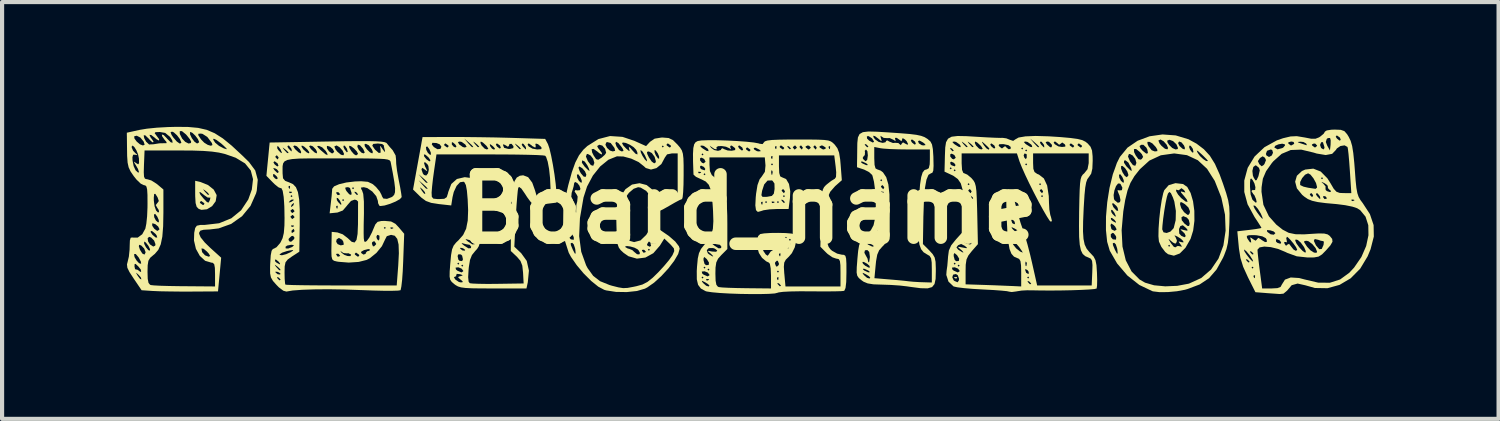
<source format=kicad_pcb>
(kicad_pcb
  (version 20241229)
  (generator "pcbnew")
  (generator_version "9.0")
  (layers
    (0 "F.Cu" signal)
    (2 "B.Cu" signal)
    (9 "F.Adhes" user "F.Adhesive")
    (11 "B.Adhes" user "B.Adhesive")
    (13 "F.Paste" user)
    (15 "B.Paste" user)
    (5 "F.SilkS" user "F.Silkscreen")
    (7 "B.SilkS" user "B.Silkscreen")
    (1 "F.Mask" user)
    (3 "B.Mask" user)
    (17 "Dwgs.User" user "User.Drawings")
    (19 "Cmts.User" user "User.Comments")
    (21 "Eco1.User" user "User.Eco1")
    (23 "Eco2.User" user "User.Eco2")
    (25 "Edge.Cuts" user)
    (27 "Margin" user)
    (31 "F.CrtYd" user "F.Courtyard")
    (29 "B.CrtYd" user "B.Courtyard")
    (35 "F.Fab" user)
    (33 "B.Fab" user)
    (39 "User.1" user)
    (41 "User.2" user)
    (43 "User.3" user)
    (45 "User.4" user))
  (footprint "Board_name"
    (layer "F.Cu")
    (at 14.964 1.976)
    (property "Reference" "Board_name" (at 0 0 0) (layer "F.SilkS") (effects (font (size 1.524 1.524) (thickness 0.3))))
    (attr board_only exclude_from_pos_files exclude_from_bom)
    (fp_poly (pts (xy -4.249 0.358) (xy -4.273 0.382) (xy -4.297 0.358) (xy -4.273 0.334)) (stroke (width 0) (type solid)) (fill yes) (layer "F.SilkS"))
    (fp_poly (pts (xy 4.997 1.639) (xy 4.991 1.668) (xy 4.965 1.671) (xy 4.926 1.654) (xy 4.934 1.639) (xy 4.99 1.634)) (stroke (width 0) (type solid)) (fill yes) (layer "F.SilkS"))
    (fp_poly (pts (xy -13.189 -0.648) (xy -13.011 -0.576) (xy -12.875 -0.467) (xy -12.807 -0.34) (xy -12.805 -0.326) (xy -12.828 -0.186) (xy -12.914 -0.069) (xy -13.037 0.006) (xy -13.171 0.02) (xy -13.237 -0.004) (xy -13.285 -0.053) (xy -13.311 -0.144) (xy -13.312 -0.162) (xy -13.209 -0.162) (xy -13.201 -0.143) (xy -13.138 -0.097) (xy -13.124 -0.095) (xy -13.098 -0.125) (xy -13.106 -0.143) (xy -13.169 -0.189) (xy -13.183 -0.191) (xy -13.209 -0.162) (xy -13.312 -0.162) (xy -13.32 -0.301) (xy -13.321 -0.366) (xy -13.321 -0.402) (xy -13.223 -0.402) (xy -13.195 -0.344) (xy -13.121 -0.254) (xy -13.042 -0.171) (xy -13.003 -0.152) (xy -12.978 -0.192) (xy -12.965 -0.225) (xy -12.954 -0.277) (xy -12.968 -0.273) (xy -13.023 -0.277) (xy -13.108 -0.336) (xy -13.114 -0.342) (xy -13.195 -0.405) (xy -13.223 -0.402) (xy -13.321 -0.402) (xy -13.321 -0.477) (xy -13.127 -0.477) (xy -13.115 -0.452) (xy -13.088 -0.418) (xy -13.018 -0.344) (xy -12.987 -0.344) (xy -12.986 -0.352) (xy -13.019 -0.392) (xy -13.07 -0.436) (xy -13.127 -0.477) (xy -13.321 -0.477) (xy -13.321 -0.679)) (stroke (width 0) (type solid)) (fill yes) (layer "F.SilkS"))
    (fp_poly (pts (xy 10.433 -0.601) (xy 10.534 -0.53) (xy 10.615 -0.385) (xy 10.673 -0.187) (xy 10.704 0.042) (xy 10.706 0.284) (xy 10.676 0.517) (xy 10.614 0.716) (xy 10.491 0.932) (xy 10.354 1.069) (xy 10.212 1.122) (xy 10.073 1.087) (xy 10.005 1.034) (xy 9.912 0.911) (xy 9.899 0.883) (xy 10.074 0.883) (xy 10.098 0.907) (xy 10.122 0.883) (xy 10.098 0.859) (xy 10.074 0.883) (xy 9.899 0.883) (xy 9.853 0.781) (xy 9.853 0.781) (xy 9.848 0.73) (xy 10.086 0.73) (xy 10.132 0.805) (xy 10.148 0.83) (xy 10.21 0.908) (xy 10.25 0.923) (xy 10.254 0.916) (xy 10.305 0.887) (xy 10.352 0.895) (xy 10.405 0.908) (xy 10.388 0.872) (xy 10.366 0.843) (xy 10.325 0.785) (xy 10.354 0.784) (xy 10.385 0.795) (xy 10.442 0.803) (xy 10.437 0.771) (xy 10.382 0.716) (xy 10.298 0.663) (xy 10.23 0.632) (xy 10.234 0.652) (xy 10.249 0.668) (xy 10.285 0.755) (xy 10.279 0.796) (xy 10.248 0.834) (xy 10.19 0.806) (xy 10.156 0.778) (xy 10.094 0.724) (xy 10.086 0.73) (xy 9.848 0.73) (xy 9.841 0.655) (xy 9.844 0.489) (xy 9.932 0.489) (xy 9.963 0.56) (xy 10.039 0.576) (xy 10.129 0.543) (xy 10.188 0.481) (xy 10.336 0.481) (xy 10.341 0.589) (xy 10.392 0.645) (xy 10.469 0.679) (xy 10.498 0.651) (xy 10.469 0.586) (xy 10.425 0.544) (xy 10.369 0.494) (xy 10.391 0.489) (xy 10.456 0.506) (xy 10.536 0.523) (xy 10.539 0.498) (xy 10.509 0.46) (xy 10.427 0.39) (xy 10.368 0.41) (xy 10.336 0.481) (xy 10.188 0.481) (xy 10.203 0.465) (xy 10.21 0.451) (xy 10.255 0.27) (xy 10.257 0.2) (xy 10.394 0.2) (xy 10.402 0.269) (xy 10.468 0.352) (xy 10.545 0.41) (xy 10.578 0.406) (xy 10.593 0.355) (xy 10.571 0.261) (xy 10.524 0.206) (xy 10.438 0.171) (xy 10.394 0.2) (xy 10.257 0.2) (xy 10.26 0.046) (xy 10.234 -0.112) (xy 10.361 -0.112) (xy 10.39 -0.02) (xy 10.458 0.076) (xy 10.535 0.137) (xy 10.559 0.143) (xy 10.592 0.103) (xy 10.599 0.053) (xy 10.562 -0.036) (xy 10.48 -0.115) (xy 10.396 -0.165) (xy 10.365 -0.159) (xy 10.361 -0.112) (xy 10.234 -0.112) (xy 10.224 -0.177) (xy 10.19 -0.276) (xy 10.14 -0.383) (xy 10.104 -0.411) (xy 10.07 -0.372) (xy 10.044 -0.291) (xy 10.013 -0.144) (xy 9.982 0.04) (xy 9.955 0.232) (xy 9.937 0.403) (xy 9.932 0.489) (xy 9.844 0.489) (xy 9.845 0.464) (xy 9.861 0.236) (xy 9.887 -0.001) (xy 9.92 -0.217) (xy 9.957 -0.385) (xy 9.982 -0.454) (xy 9.993 -0.466) (xy 10.264 -0.466) (xy 10.269 -0.423) (xy 10.313 -0.348) (xy 10.387 -0.264) (xy 10.392 -0.26) (xy 10.495 -0.179) (xy 10.542 -0.172) (xy 10.522 -0.23) (xy 10.452 -0.318) (xy 10.384 -0.398) (xy 10.381 -0.424) (xy 10.427 -0.412) (xy 10.488 -0.397) (xy 10.473 -0.432) (xy 10.453 -0.458) (xy 10.394 -0.502) (xy 10.37 -0.482) (xy 10.326 -0.45) (xy 10.309 -0.456) (xy 10.264 -0.466) (xy 9.993 -0.466) (xy 10.088 -0.574) (xy 10.251 -0.622)) (stroke (width 0) (type solid)) (fill yes) (layer "F.SilkS"))
    (fp_poly (pts (xy 10.257 -1.77) (xy 10.564 -1.677) (xy 10.757 -1.572) (xy 10.934 -1.437) (xy 11.077 -1.282) (xy 11.199 -1.086) (xy 11.313 -0.831) (xy 11.394 -0.608) (xy 11.47 -0.382) (xy 11.518 -0.21) (xy 11.543 -0.059) (xy 11.551 0.108) (xy 11.547 0.324) (xy 11.545 0.382) (xy 11.532 0.631) (xy 11.511 0.815) (xy 11.476 0.965) (xy 11.421 1.111) (xy 11.395 1.17) (xy 11.238 1.455) (xy 11.057 1.664) (xy 10.832 1.814) (xy 10.539 1.924) (xy 10.48 1.941) (xy 10.287 1.977) (xy 10.071 1.997) (xy 9.866 1.999) (xy 9.712 1.98) (xy 9.692 1.974) (xy 9.382 1.826) (xy 9.094 1.599) (xy 8.847 1.308) (xy 8.671 1.003) (xy 8.618 0.822) (xy 8.744 0.822) (xy 8.748 0.869) (xy 8.793 0.977) (xy 8.842 1.069) (xy 8.862 1.071) (xy 8.854 0.981) (xy 8.847 0.943) (xy 8.815 0.848) (xy 8.779 0.812) (xy 8.744 0.822) (xy 8.618 0.822) (xy 8.608 0.789) (xy 8.589 0.606) (xy 8.695 0.606) (xy 8.697 0.673) (xy 8.742 0.727) (xy 8.749 0.73) (xy 8.821 0.736) (xy 8.826 0.676) (xy 8.816 0.647) (xy 8.766 0.582) (xy 8.739 0.573) (xy 8.695 0.606) (xy 8.589 0.606) (xy 8.579 0.508) (xy 8.579 0.392) (xy 8.689 0.392) (xy 8.709 0.476) (xy 8.721 0.493) (xy 8.787 0.524) (xy 8.814 0.508) (xy 8.956 0.508) (xy 8.976 0.902) (xy 9.056 1.234) (xy 9.194 1.5) (xy 9.388 1.695) (xy 9.52 1.771) (xy 9.736 1.834) (xy 10.005 1.859) (xy 10.292 1.847) (xy 10.561 1.797) (xy 10.581 1.791) (xy 10.87 1.659) (xy 11.106 1.455) (xy 11.285 1.191) (xy 11.403 0.875) (xy 11.456 0.521) (xy 11.442 0.136) (xy 11.355 -0.267) (xy 11.345 -0.297) (xy 11.195 -0.676) (xy 11.01 -0.967) (xy 10.788 -1.173) (xy 10.527 -1.295) (xy 10.225 -1.336) (xy 10.214 -1.336) (xy 9.898 -1.292) (xy 9.623 -1.164) (xy 9.394 -0.956) (xy 9.263 -0.79) (xy 9.168 -0.629) (xy 9.098 -0.447) (xy 9.042 -0.218) (xy 8.996 0.057) (xy 8.956 0.508) (xy 8.814 0.508) (xy 8.831 0.497) (xy 8.833 0.483) (xy 8.8 0.421) (xy 8.761 0.382) (xy 8.704 0.348) (xy 8.69 0.388) (xy 8.689 0.392) (xy 8.579 0.392) (xy 8.58 0.216) (xy 8.696 0.216) (xy 8.705 0.26) (xy 8.739 0.288) (xy 8.815 0.33) (xy 8.82 0.31) (xy 8.784 0.261) (xy 8.723 0.214) (xy 8.696 0.216) (xy 8.58 0.216) (xy 8.58 0.183) (xy 8.594 0.019) (xy 8.703 0.019) (xy 8.707 0.072) (xy 8.736 0.118) (xy 8.802 0.184) (xy 8.817 0.17) (xy 8.783 0.091) (xy 8.733 0.025) (xy 8.703 0.019) (xy 8.594 0.019) (xy 8.607 -0.129) (xy 8.724 -0.129) (xy 8.753 -0.054) (xy 8.771 -0.028) (xy 8.835 0.039) (xy 8.872 0.044) (xy 8.873 0.042) (xy 8.86 -0.028) (xy 8.831 -0.073) (xy 8.756 -0.139) (xy 8.724 -0.129) (xy 8.607 -0.129) (xy 8.61 -0.164) (xy 8.637 -0.336) (xy 8.763 -0.336) (xy 8.772 -0.241) (xy 8.788 -0.211) (xy 8.865 -0.149) (xy 8.917 -0.166) (xy 8.928 -0.218) (xy 8.906 -0.321) (xy 8.879 -0.384) (xy 8.854 -0.449) (xy 8.89 -0.452) (xy 8.903 -0.447) (xy 8.962 -0.453) (xy 8.974 -0.512) (xy 8.935 -0.592) (xy 8.919 -0.611) (xy 8.87 -0.614) (xy 8.821 -0.551) (xy 8.783 -0.449) (xy 8.763 -0.336) (xy 8.637 -0.336) (xy 8.665 -0.51) (xy 8.741 -0.822) (xy 8.892 -0.822) (xy 8.899 -0.754) (xy 8.939 -0.679) (xy 8.988 -0.635) (xy 9.01 -0.639) (xy 9.006 -0.692) (xy 8.972 -0.772) (xy 8.921 -0.839) (xy 8.892 -0.822) (xy 8.741 -0.822) (xy 8.744 -0.835) (xy 8.795 -0.975) (xy 8.942 -0.975) (xy 8.977 -0.883) (xy 9.031 -0.798) (xy 9.079 -0.764) (xy 9.115 -0.802) (xy 9.118 -0.824) (xy 9.092 -0.904) (xy 9.036 -0.986) (xy 8.976 -1.036) (xy 8.945 -1.035) (xy 8.942 -0.975) (xy 8.795 -0.975) (xy 8.844 -1.115) (xy 8.845 -1.115) (xy 9.012 -1.115) (xy 9.066 -1.033) (xy 9.076 -1.021) (xy 9.164 -0.933) (xy 9.199 -0.915) (xy 9.191 -0.964) (xy 9.182 -0.991) (xy 9.119 -1.115) (xy 9.051 -1.17) (xy 9.015 -1.164) (xy 9.012 -1.115) (xy 8.845 -1.115) (xy 8.913 -1.25) (xy 8.921 -1.261) (xy 9.109 -1.261) (xy 9.157 -1.149) (xy 9.228 -1.056) (xy 9.284 -1.039) (xy 9.31 -1.103) (xy 9.31 -1.116) (xy 9.283 -1.207) (xy 9.222 -1.287) (xy 9.154 -1.324) (xy 9.129 -1.319) (xy 9.109 -1.261) (xy 8.921 -1.261) (xy 9.069 -1.441) (xy 9.252 -1.441) (xy 9.256 -1.368) (xy 9.295 -1.288) (xy 9.361 -1.198) (xy 9.416 -1.187) (xy 9.44 -1.203) (xy 9.473 -1.253) (xy 9.442 -1.319) (xy 9.4 -1.366) (xy 9.304 -1.444) (xy 9.252 -1.441) (xy 9.069 -1.441) (xy 9.096 -1.475) (xy 9.153 -1.514) (xy 9.386 -1.514) (xy 9.409 -1.46) (xy 9.462 -1.4) (xy 9.548 -1.332) (xy 9.589 -1.343) (xy 9.575 -1.426) (xy 9.551 -1.476) (xy 9.48 -1.544) (xy 9.426 -1.544) (xy 9.386 -1.514) (xy 9.153 -1.514) (xy 9.3 -1.614) (xy 9.576 -1.614) (xy 9.579 -1.565) (xy 9.604 -1.508) (xy 9.679 -1.413) (xy 9.753 -1.385) (xy 9.816 -1.392) (xy 9.812 -1.433) (xy 9.776 -1.492) (xy 9.694 -1.579) (xy 9.626 -1.615) (xy 9.576 -1.614) (xy 9.3 -1.614) (xy 9.341 -1.642) (xy 9.354 -1.647) (xy 9.839 -1.647) (xy 9.869 -1.575) (xy 9.914 -1.52) (xy 9.998 -1.449) (xy 10.057 -1.435) (xy 10.073 -1.468) (xy 10.039 -1.546) (xy 9.967 -1.628) (xy 9.941 -1.643) (xy 10.051 -1.643) (xy 10.061 -1.597) (xy 10.099 -1.54) (xy 10.173 -1.468) (xy 10.252 -1.432) (xy 10.304 -1.442) (xy 10.311 -1.468) (xy 10.274 -1.555) (xy 10.243 -1.585) (xy 10.313 -1.585) (xy 10.347 -1.516) (xy 10.42 -1.45) (xy 10.467 -1.432) (xy 10.479 -1.467) (xy 10.469 -1.493) (xy 10.577 -1.493) (xy 10.601 -1.428) (xy 10.656 -1.357) (xy 10.684 -1.367) (xy 10.676 -1.407) (xy 10.762 -1.407) (xy 10.781 -1.359) (xy 10.785 -1.351) (xy 10.841 -1.273) (xy 10.918 -1.201) (xy 10.989 -1.154) (xy 11.027 -1.153) (xy 11.029 -1.161) (xy 10.998 -1.199) (xy 10.919 -1.279) (xy 10.88 -1.316) (xy 10.792 -1.394) (xy 10.762 -1.407) (xy 10.676 -1.407) (xy 10.667 -1.449) (xy 10.619 -1.517) (xy 10.592 -1.528) (xy 10.577 -1.493) (xy 10.469 -1.493) (xy 10.456 -1.528) (xy 10.397 -1.601) (xy 10.339 -1.624) (xy 10.313 -1.586) (xy 10.313 -1.585) (xy 10.243 -1.585) (xy 10.193 -1.633) (xy 10.11 -1.664) (xy 10.1 -1.663) (xy 10.051 -1.643) (xy 9.941 -1.643) (xy 9.896 -1.67) (xy 9.89 -1.671) (xy 9.839 -1.647) (xy 9.354 -1.647) (xy 9.628 -1.749) (xy 9.939 -1.793)) (stroke (width 0) (type solid)) (fill yes) (layer "F.SilkS"))
    (fp_poly (pts (xy -13.488 -1.973) (xy -13.25 -1.951) (xy -13.043 -1.904) (xy -12.851 -1.822) (xy -12.656 -1.698) (xy -12.442 -1.523) (xy -12.191 -1.29) (xy -12.027 -1.13) (xy -11.877 -0.928) (xy -11.816 -0.703) (xy -11.84 -0.441) (xy -11.857 -0.376) (xy -11.991 -0.074) (xy -12.195 0.174) (xy -12.455 0.358) (xy -12.757 0.466) (xy -12.97 0.491) (xy -13.119 0.499) (xy -13.196 0.52) (xy -13.224 0.564) (xy -13.226 0.595) (xy -13.19 0.681) (xy -13.09 0.805) (xy -12.961 0.931) (xy -12.696 1.17) (xy -12.734 1.576) (xy -12.772 1.981) (xy -13.416 1.985) (xy -13.684 1.985) (xy -13.944 1.982) (xy -14.169 1.978) (xy -14.328 1.971) (xy -14.335 1.971) (xy -14.609 1.953) (xy -14.8 1.671) (xy -14.89 1.533) (xy -14.736 1.533) (xy -14.735 1.55) (xy -14.7 1.609) (xy -14.646 1.68) (xy -14.614 1.692) (xy -14.627 1.646) (xy -14.678 1.586) (xy -14.736 1.533) (xy -14.89 1.533) (xy -14.901 1.516) (xy -14.952 1.412) (xy -14.955 1.381) (xy -14.78 1.381) (xy -14.766 1.447) (xy -14.746 1.452) (xy -14.694 1.465) (xy -14.68 1.482) (xy -14.633 1.513) (xy -14.62 1.506) (xy -14.628 1.456) (xy -14.686 1.383) (xy -14.754 1.319) (xy -14.777 1.324) (xy -14.78 1.381) (xy -14.955 1.381) (xy -14.961 1.332) (xy -14.944 1.265) (xy -14.915 1.142) (xy -14.91 1.09) (xy -14.79 1.09) (xy -14.779 1.156) (xy -14.73 1.238) (xy -14.67 1.303) (xy -14.622 1.317) (xy -14.62 1.315) (xy -14.627 1.264) (xy -14.676 1.171) (xy -14.683 1.16) (xy -14.75 1.081) (xy -14.788 1.085) (xy -14.79 1.09) (xy -14.91 1.09) (xy -14.898 0.975) (xy -14.896 0.899) (xy -14.896 0.896) (xy -14.676 0.896) (xy -14.649 0.979) (xy -14.591 1.071) (xy -14.54 1.096) (xy -14.515 1.048) (xy -14.514 1.036) (xy -14.547 0.95) (xy -14.617 0.878) (xy -14.666 0.859) (xy -14.676 0.896) (xy -14.896 0.896) (xy -14.892 0.782) (xy -14.548 0.782) (xy -14.547 0.837) (xy -14.505 0.919) (xy -14.449 0.987) (xy -14.416 1.003) (xy -14.405 0.969) (xy -14.444 0.888) (xy -14.448 0.882) (xy -14.509 0.804) (xy -14.548 0.782) (xy -14.548 0.782) (xy -14.892 0.782) (xy -14.891 0.757) (xy -14.876 0.703) (xy -14.464 0.703) (xy -14.454 0.778) (xy -14.409 0.85) (xy -14.329 0.903) (xy -14.281 0.88) (xy -14.276 0.845) (xy -14.308 0.759) (xy -14.379 0.686) (xy -14.428 0.668) (xy -14.464 0.703) (xy -14.876 0.703) (xy -14.872 0.691) (xy -14.832 0.683) (xy -14.821 0.687) (xy -14.702 0.687) (xy -14.593 0.606) (xy -14.565 0.554) (xy -14.393 0.554) (xy -14.347 0.621) (xy -14.271 0.685) (xy -14.232 0.686) (xy -14.249 0.632) (xy -14.275 0.598) (xy -14.347 0.537) (xy -14.384 0.525) (xy -14.393 0.554) (xy -14.565 0.554) (xy -14.519 0.471) (xy -14.496 0.356) (xy -14.495 0.35) (xy -14.355 0.35) (xy -14.353 0.403) (xy -14.305 0.474) (xy -14.241 0.521) (xy -14.222 0.525) (xy -14.181 0.49) (xy -14.18 0.483) (xy -14.211 0.421) (xy -14.279 0.364) (xy -14.342 0.344) (xy -14.355 0.35) (xy -14.495 0.35) (xy -14.477 0.176) (xy -14.475 0.133) (xy -14.312 0.133) (xy -14.305 0.201) (xy -14.265 0.276) (xy -14.216 0.32) (xy -14.193 0.316) (xy -14.197 0.263) (xy -14.232 0.183) (xy -14.283 0.116) (xy -14.312 0.133) (xy -14.475 0.133) (xy -14.468 -0.036) (xy -14.467 -0.126) (xy -14.468 -0.274) (xy -14.316 -0.274) (xy -14.315 -0.203) (xy -14.298 -0.068) (xy -14.261 0.036) (xy -14.216 0.083) (xy -14.19 0.074) (xy -14.197 0.024) (xy -14.23 -0.026) (xy -14.269 -0.095) (xy -14.234 -0.14) (xy -14.232 -0.141) (xy -14.195 -0.192) (xy -14.225 -0.28) (xy -14.225 -0.28) (xy -14.278 -0.364) (xy -14.307 -0.363) (xy -14.316 -0.274) (xy -14.468 -0.274) (xy -14.468 -0.336) (xy -14.476 -0.468) (xy -14.493 -0.54) (xy -14.523 -0.569) (xy -14.554 -0.573) (xy -14.63 -0.61) (xy -14.731 -0.707) (xy -14.798 -0.791) (xy -14.875 -0.904) (xy -14.921 -1.003) (xy -14.946 -1.117) (xy -14.957 -1.276) (xy -14.959 -1.422) (xy -14.96 -1.484) (xy -14.848 -1.484) (xy -14.815 -1.404) (xy -14.765 -1.35) (xy -14.711 -1.301) (xy -14.732 -1.297) (xy -14.761 -1.306) (xy -14.813 -1.306) (xy -14.83 -1.246) (xy -14.827 -1.168) (xy -14.801 -1.033) (xy -14.755 -0.933) (xy -14.753 -0.931) (xy -14.692 -0.874) (xy -14.68 -0.883) (xy -14.557 -0.883) (xy -14.551 -0.779) (xy -14.529 -0.73) (xy -14.487 -0.717) (xy -14.472 -0.716) (xy -14.376 -0.687) (xy -14.258 -0.613) (xy -14.231 -0.593) (xy -14.085 -0.469) (xy -14.085 0.088) (xy -14.091 0.416) (xy -14.111 0.665) (xy -14.149 0.849) (xy -14.208 0.982) (xy -14.291 1.079) (xy -14.326 1.107) (xy -14.404 1.174) (xy -14.446 1.245) (xy -14.463 1.353) (xy -14.467 1.509) (xy -14.462 1.679) (xy -14.443 1.776) (xy -14.406 1.821) (xy -14.383 1.829) (xy -14.308 1.837) (xy -14.156 1.845) (xy -13.946 1.851) (xy -13.698 1.855) (xy -13.571 1.856) (xy -12.843 1.862) (xy -12.843 1.576) (xy -12.847 1.415) (xy -12.863 1.328) (xy -12.898 1.293) (xy -12.932 1.289) (xy -13.081 1.245) (xy -13.209 1.127) (xy -13.303 0.958) (xy -13.304 0.954) (xy -13.169 0.954) (xy -13.154 1.037) (xy -13.084 1.114) (xy -12.996 1.146) (xy -12.961 1.13) (xy -12.993 1.073) (xy -13.037 1.024) (xy -13.116 0.957) (xy -13.165 0.947) (xy -13.169 0.954) (xy -13.304 0.954) (xy -13.35 0.757) (xy -13.344 0.572) (xy -13.321 0.457) (xy -13.281 0.401) (xy -13.197 0.383) (xy -13.089 0.382) (xy -12.745 0.342) (xy -12.452 0.223) (xy -12.217 0.031) (xy -12.044 -0.23) (xy -11.959 -0.468) (xy -11.93 -0.718) (xy -11.984 -0.926) (xy -12.122 -1.097) (xy -12.347 -1.233) (xy -12.598 -1.321) (xy -12.75 -1.357) (xy -12.918 -1.381) (xy -13.123 -1.397) (xy -13.385 -1.406) (xy -13.722 -1.408) (xy -14.538 -1.408) (xy -14.552 -1.062) (xy -14.557 -0.883) (xy -14.68 -0.883) (xy -14.672 -0.89) (xy -14.696 -0.963) (xy -14.736 -1.034) (xy -14.788 -1.12) (xy -14.787 -1.138) (xy -14.743 -1.106) (xy -14.691 -1.074) (xy -14.671 -1.104) (xy -14.673 -1.212) (xy -14.673 -1.213) (xy -14.694 -1.314) (xy -14.735 -1.413) (xy -14.784 -1.491) (xy -14.826 -1.527) (xy -14.848 -1.5) (xy -14.848 -1.484) (xy -14.96 -1.484) (xy -14.963 -1.749) (xy -14.787 -1.749) (xy -14.782 -1.697) (xy -14.727 -1.622) (xy -14.649 -1.556) (xy -14.577 -1.528) (xy -14.536 -1.546) (xy -14.557 -1.614) (xy -14.563 -1.626) (xy -14.639 -1.718) (xy -14.726 -1.763) (xy -14.787 -1.749) (xy -14.963 -1.749) (xy -14.964 -1.772) (xy -14.559 -1.772) (xy -14.546 -1.703) (xy -14.502 -1.621) (xy -14.429 -1.552) (xy -14.323 -1.557) (xy -14.181 -1.58) (xy -14.089 -1.582) (xy -14.01 -1.582) (xy -14.01 -1.611) (xy -14.061 -1.671) (xy -14.116 -1.75) (xy -14.122 -1.793) (xy -14.078 -1.778) (xy -14.007 -1.706) (xy -13.994 -1.69) (xy -13.908 -1.604) (xy -13.863 -1.594) (xy -13.873 -1.653) (xy -13.925 -1.734) (xy -14.041 -1.83) (xy -14.126 -1.844) (xy -13.913 -1.844) (xy -13.888 -1.781) (xy -13.846 -1.719) (xy -13.762 -1.622) (xy -13.693 -1.574) (xy -13.656 -1.588) (xy -13.655 -1.601) (xy -13.686 -1.679) (xy -13.757 -1.772) (xy -13.794 -1.806) (xy -13.691 -1.806) (xy -13.634 -1.693) (xy -13.56 -1.615) (xy -13.481 -1.575) (xy -13.426 -1.586) (xy -13.416 -1.616) (xy -13.446 -1.675) (xy -13.52 -1.768) (xy -13.542 -1.793) (xy -13.444 -1.793) (xy -13.401 -1.703) (xy -13.338 -1.619) (xy -13.277 -1.576) (xy -13.272 -1.576) (xy -13.227 -1.603) (xy -13.226 -1.611) (xy -13.254 -1.68) (xy -13.317 -1.763) (xy -13.331 -1.777) (xy -13.247 -1.777) (xy -13.195 -1.696) (xy -13.177 -1.671) (xy -13.103 -1.595) (xy -13.017 -1.542) (xy -12.944 -1.521) (xy -12.906 -1.538) (xy -12.919 -1.587) (xy -12.981 -1.67) (xy -12.889 -1.67) (xy -12.84 -1.595) (xy -12.747 -1.518) (xy -12.628 -1.456) (xy -12.557 -1.437) (xy -12.575 -1.464) (xy -12.647 -1.533) (xy -12.697 -1.577) (xy -12.808 -1.66) (xy -12.875 -1.692) (xy -12.889 -1.67) (xy -12.981 -1.67) (xy -13.029 -1.733) (xy -13.146 -1.808) (xy -13.188 -1.814) (xy -13.244 -1.809) (xy -13.247 -1.777) (xy -13.331 -1.777) (xy -13.387 -1.831) (xy -13.438 -1.854) (xy -13.443 -1.851) (xy -13.444 -1.793) (xy -13.542 -1.793) (xy -13.544 -1.795) (xy -13.639 -1.873) (xy -13.691 -1.873) (xy -13.691 -1.806) (xy -13.794 -1.806) (xy -13.836 -1.844) (xy -13.878 -1.862) (xy -13.913 -1.844) (xy -14.126 -1.844) (xy -14.171 -1.852) (xy -14.274 -1.848) (xy -14.296 -1.825) (xy -14.255 -1.77) (xy -14.188 -1.679) (xy -14.19 -1.646) (xy -14.254 -1.68) (xy -14.299 -1.719) (xy -14.377 -1.779) (xy -14.417 -1.784) (xy -14.419 -1.778) (xy -14.384 -1.705) (xy -14.371 -1.695) (xy -14.325 -1.625) (xy -14.324 -1.609) (xy -14.349 -1.604) (xy -14.413 -1.663) (xy -14.441 -1.695) (xy -14.522 -1.773) (xy -14.559 -1.772) (xy -14.964 -1.772) (xy -14.964 -1.835) (xy -14.656 -1.903) (xy -14.479 -1.932) (xy -14.241 -1.956) (xy -13.976 -1.971) (xy -13.774 -1.976)) (stroke (width 0) (type solid)) (fill yes) (layer "F.SilkS"))
    (fp_poly (pts (xy 3.067 -1.859) (xy 3.335 -1.843) (xy 3.638 -1.822) (xy 3.861 -1.804) (xy 4.021 -1.784) (xy 4.133 -1.76) (xy 4.215 -1.73) (xy 4.281 -1.69) (xy 4.296 -1.679) (xy 4.359 -1.623) (xy 4.396 -1.552) (xy 4.417 -1.441) (xy 4.429 -1.264) (xy 4.43 -1.224) (xy 4.434 -1.035) (xy 4.427 -0.923) (xy 4.404 -0.871) (xy 4.372 -0.859) (xy 4.311 -0.822) (xy 4.263 -0.706) (xy 4.227 -0.508) (xy 4.203 -0.223) (xy 4.19 0.152) (xy 4.189 0.176) (xy 4.178 0.842) (xy 4.333 0.997) (xy 4.413 1.085) (xy 4.46 1.165) (xy 4.482 1.269) (xy 4.488 1.426) (xy 4.488 1.503) (xy 4.483 1.682) (xy 4.457 1.804) (xy 4.398 1.877) (xy 4.291 1.908) (xy 4.123 1.904) (xy 3.878 1.872) (xy 3.796 1.86) (xy 3.623 1.84) (xy 3.404 1.825) (xy 3.193 1.818) (xy 2.989 1.811) (xy 2.851 1.789) (xy 2.751 1.748) (xy 2.699 1.711) (xy 2.636 1.658) (xy 2.599 1.604) (xy 2.589 1.553) (xy 2.732 1.553) (xy 2.763 1.592) (xy 2.834 1.654) (xy 2.894 1.672) (xy 2.912 1.649) (xy 2.876 1.613) (xy 2.805 1.569) (xy 2.732 1.534) (xy 2.732 1.553) (xy 2.589 1.553) (xy 2.584 1.527) (xy 2.586 1.453) (xy 2.737 1.453) (xy 2.769 1.48) (xy 2.856 1.52) (xy 2.889 1.526) (xy 2.897 1.507) (xy 2.865 1.48) (xy 2.778 1.44) (xy 2.745 1.434) (xy 2.737 1.453) (xy 2.586 1.453) (xy 2.587 1.402) (xy 2.597 1.273) (xy 2.722 1.273) (xy 2.736 1.315) (xy 2.79 1.364) (xy 2.869 1.407) (xy 2.905 1.407) (xy 2.891 1.365) (xy 2.837 1.316) (xy 2.758 1.273) (xy 2.722 1.273) (xy 2.597 1.273) (xy 2.602 1.206) (xy 2.602 1.204) (xy 2.616 1.053) (xy 2.77 1.053) (xy 2.805 1.118) (xy 2.845 1.19) (xy 2.847 1.198) (xy 2.866 1.283) (xy 2.885 1.275) (xy 2.9 1.177) (xy 2.903 1.151) (xy 2.887 1.032) (xy 2.841 0.986) (xy 2.783 0.994) (xy 2.77 1.053) (xy 2.616 1.053) (xy 2.621 1.004) (xy 2.644 0.871) (xy 2.659 0.833) (xy 2.832 0.833) (xy 2.865 0.859) (xy 2.952 0.9) (xy 2.984 0.906) (xy 2.993 0.886) (xy 2.96 0.859) (xy 2.873 0.819) (xy 2.841 0.813) (xy 2.832 0.833) (xy 2.659 0.833) (xy 2.681 0.779) (xy 2.714 0.737) (xy 2.894 0.737) (xy 2.954 0.782) (xy 2.96 0.786) (xy 3.053 0.824) (xy 3.105 0.826) (xy 3.097 0.794) (xy 3.054 0.762) (xy 2.952 0.723) (xy 2.912 0.719) (xy 2.894 0.737) (xy 2.714 0.737) (xy 2.743 0.699) (xy 2.814 0.629) (xy 2.96 0.629) (xy 2.996 0.661) (xy 3.008 0.668) (xy 3.11 0.709) (xy 3.151 0.715) (xy 3.199 0.708) (xy 3.163 0.676) (xy 3.151 0.668) (xy 3.049 0.627) (xy 3.008 0.622) (xy 2.96 0.629) (xy 2.814 0.629) (xy 2.817 0.626) (xy 2.885 0.553) (xy 3.082 0.553) (xy 3.108 0.576) (xy 3.188 0.595) (xy 3.214 0.588) (xy 3.22 0.545) (xy 3.194 0.522) (xy 3.114 0.503) (xy 3.089 0.51) (xy 3.082 0.553) (xy 2.885 0.553) (xy 2.928 0.506) (xy 2.99 0.391) (xy 3.108 0.391) (xy 3.142 0.424) (xy 3.151 0.43) (xy 3.223 0.471) (xy 3.245 0.459) (xy 3.247 0.43) (xy 3.207 0.39) (xy 3.163 0.383) (xy 3.108 0.391) (xy 2.99 0.391) (xy 2.991 0.389) (xy 3.017 0.268) (xy 3.168 0.268) (xy 3.175 0.286) (xy 3.218 0.332) (xy 3.226 0.334) (xy 3.246 0.297) (xy 3.247 0.286) (xy 3.21 0.241) (xy 3.196 0.239) (xy 3.168 0.268) (xy 3.017 0.268) (xy 3.025 0.231) (xy 3.032 0.179) (xy 3.037 0.109) (xy 3.159 0.109) (xy 3.17 0.136) (xy 3.219 0.187) (xy 3.246 0.177) (xy 3.247 0.17) (xy 3.213 0.13) (xy 3.191 0.115) (xy 3.159 0.109) (xy 3.037 0.109) (xy 3.044 0) (xy 3.151 0) (xy 3.187 0.046) (xy 3.199 0.048) (xy 3.245 0.011) (xy 3.247 0) (xy 3.21 -0.046) (xy 3.199 -0.048) (xy 3.153 -0.011) (xy 3.151 0) (xy 3.044 0) (xy 3.045 -0.014) (xy 3.044 -0.127) (xy 3.167 -0.127) (xy 3.174 -0.099) (xy 3.199 -0.095) (xy 3.238 -0.113) (xy 3.231 -0.127) (xy 3.174 -0.133) (xy 3.167 -0.127) (xy 3.044 -0.127) (xy 3.042 -0.237) (xy 3.038 -0.304) (xy 3.151 -0.304) (xy 3.175 -0.234) (xy 3.222 -0.207) (xy 3.239 -0.216) (xy 3.233 -0.265) (xy 3.208 -0.297) (xy 3.16 -0.324) (xy 3.151 -0.304) (xy 3.038 -0.304) (xy 3.03 -0.414) (xy 3.167 -0.414) (xy 3.174 -0.385) (xy 3.199 -0.382) (xy 3.238 -0.399) (xy 3.231 -0.414) (xy 3.174 -0.419) (xy 3.167 -0.414) (xy 3.03 -0.414) (xy 3.027 -0.461) (xy 3.016 -0.544) (xy 3.168 -0.544) (xy 3.175 -0.525) (xy 3.218 -0.48) (xy 3.226 -0.477) (xy 3.246 -0.514) (xy 3.247 -0.525) (xy 3.21 -0.571) (xy 3.196 -0.573) (xy 3.168 -0.544) (xy 3.016 -0.544) (xy 3.001 -0.657) (xy 2.992 -0.692) (xy 3.151 -0.692) (xy 3.175 -0.668) (xy 3.199 -0.692) (xy 3.175 -0.716) (xy 3.151 -0.692) (xy 2.992 -0.692) (xy 2.966 -0.796) (xy 2.956 -0.82) (xy 2.883 -0.888) (xy 2.765 -0.948) (xy 2.753 -0.952) (xy 2.593 -1.005) (xy 2.594 -1.125) (xy 2.689 -1.125) (xy 2.721 -1.098) (xy 2.808 -1.058) (xy 2.841 -1.052) (xy 2.849 -1.072) (xy 2.817 -1.098) (xy 2.73 -1.139) (xy 2.698 -1.144) (xy 2.689 -1.125) (xy 2.594 -1.125) (xy 2.596 -1.23) (xy 2.73 -1.23) (xy 2.74 -1.203) (xy 2.797 -1.148) (xy 2.838 -1.182) (xy 2.854 -1.289) (xy 2.843 -1.39) (xy 2.809 -1.432) (xy 2.809 -1.432) (xy 2.779 -1.398) (xy 2.785 -1.364) (xy 2.78 -1.294) (xy 2.758 -1.277) (xy 2.73 -1.23) (xy 2.596 -1.23) (xy 2.598 -1.412) (xy 2.6 -1.562) (xy 2.777 -1.562) (xy 2.788 -1.535) (xy 2.837 -1.484) (xy 2.858 -1.492) (xy 3.008 -1.492) (xy 3.008 -1.223) (xy 3.015 -1.061) (xy 3.038 -0.977) (xy 3.076 -0.955) (xy 3.163 -0.923) (xy 3.218 -0.881) (xy 3.296 -0.764) (xy 3.347 -0.591) (xy 3.373 -0.352) (xy 3.374 -0.036) (xy 3.364 0.187) (xy 3.348 0.437) (xy 3.333 0.611) (xy 3.313 0.727) (xy 3.285 0.805) (xy 3.244 0.862) (xy 3.2 0.906) (xy 3.125 0.992) (xy 3.079 1.099) (xy 3.051 1.256) (xy 3.042 1.345) (xy 3.012 1.663) (xy 3.38 1.694) (xy 3.57 1.71) (xy 3.733 1.726) (xy 3.836 1.738) (xy 3.843 1.739) (xy 3.948 1.749) (xy 4.101 1.758) (xy 4.166 1.76) (xy 4.392 1.767) (xy 4.392 1.455) (xy 4.389 1.285) (xy 4.374 1.184) (xy 4.338 1.127) (xy 4.276 1.091) (xy 4.194 1.04) (xy 4.134 0.966) (xy 4.094 0.855) (xy 4.071 0.694) (xy 4.063 0.47) (xy 4.067 0.17) (xy 4.073 -0.002) (xy 4.089 -0.338) (xy 4.109 -0.589) (xy 4.136 -0.766) (xy 4.171 -0.879) (xy 4.218 -0.938) (xy 4.275 -0.955) (xy 4.319 -0.982) (xy 4.341 -1.075) (xy 4.345 -1.194) (xy 4.345 -1.432) (xy 3.826 -1.432) (xy 3.596 -1.435) (xy 3.387 -1.442) (xy 3.226 -1.453) (xy 3.157 -1.462) (xy 3.008 -1.492) (xy 2.858 -1.492) (xy 2.864 -1.494) (xy 2.865 -1.501) (xy 2.831 -1.542) (xy 2.81 -1.556) (xy 2.777 -1.562) (xy 2.6 -1.562) (xy 2.601 -1.593) (xy 2.615 -1.721) (xy 2.628 -1.748) (xy 2.83 -1.748) (xy 2.834 -1.696) (xy 2.885 -1.644) (xy 2.974 -1.598) (xy 3.004 -1.618) (xy 2.961 -1.69) (xy 2.947 -1.705) (xy 2.872 -1.753) (xy 2.83 -1.748) (xy 2.628 -1.748) (xy 2.635 -1.762) (xy 2.981 -1.762) (xy 2.994 -1.718) (xy 3.029 -1.674) (xy 3.114 -1.614) (xy 3.209 -1.59) (xy 3.279 -1.606) (xy 3.294 -1.639) (xy 3.323 -1.65) (xy 3.365 -1.624) (xy 3.458 -1.587) (xy 3.507 -1.592) (xy 3.587 -1.587) (xy 3.612 -1.564) (xy 3.648 -1.536) (xy 3.666 -1.568) (xy 3.699 -1.603) (xy 3.753 -1.572) (xy 3.808 -1.545) (xy 3.82 -1.564) (xy 3.787 -1.631) (xy 3.774 -1.644) (xy 3.887 -1.644) (xy 3.916 -1.598) (xy 3.978 -1.549) (xy 4.008 -1.564) (xy 3.989 -1.62) (xy 3.97 -1.634) (xy 4.06 -1.634) (xy 4.08 -1.579) (xy 4.15 -1.535) (xy 4.192 -1.529) (xy 4.243 -1.538) (xy 4.217 -1.572) (xy 4.181 -1.6) (xy 4.097 -1.647) (xy 4.06 -1.634) (xy 3.97 -1.634) (xy 3.924 -1.669) (xy 3.906 -1.671) (xy 3.887 -1.644) (xy 3.774 -1.644) (xy 3.748 -1.671) (xy 3.691 -1.706) (xy 3.676 -1.669) (xy 3.676 -1.667) (xy 3.663 -1.629) (xy 3.619 -1.662) (xy 3.548 -1.712) (xy 3.505 -1.71) (xy 3.516 -1.659) (xy 3.523 -1.63) (xy 3.471 -1.664) (xy 3.378 -1.707) (xy 3.325 -1.704) (xy 3.236 -1.71) (xy 3.198 -1.734) (xy 3.157 -1.761) (xy 3.165 -1.711) (xy 3.17 -1.698) (xy 3.188 -1.635) (xy 3.162 -1.643) (xy 3.114 -1.686) (xy 3.026 -1.752) (xy 2.981 -1.762) (xy 2.635 -1.762) (xy 2.655 -1.803) (xy 2.734 -1.848) (xy 2.867 -1.864)) (stroke (width 0) (type solid)) (fill yes) (layer "F.SilkS"))
    (fp_poly (pts (xy -3.046 -1.735) (xy -2.762 -1.64) (xy -2.479 -1.513) (xy -2.449 -1.546) (xy -1.989 -1.546) (xy -1.981 -1.528) (xy -1.918 -1.482) (xy -1.904 -1.48) (xy -1.878 -1.509) (xy -1.886 -1.528) (xy -1.949 -1.574) (xy -1.963 -1.576) (xy -1.989 -1.546) (xy -2.449 -1.546) (xy -2.384 -1.616) (xy -2.273 -1.692) (xy -2.113 -1.718) (xy -2.08 -1.719) (xy -1.936 -1.707) (xy -1.833 -1.658) (xy -1.724 -1.55) (xy -1.661 -1.476) (xy -1.619 -1.41) (xy -1.594 -1.33) (xy -1.581 -1.217) (xy -1.576 -1.049) (xy -1.576 -0.81) (xy -1.579 -0.589) (xy -1.587 -0.408) (xy -1.599 -0.285) (xy -1.614 -0.239) (xy -1.614 -0.239) (xy -1.672 -0.216) (xy -1.786 -0.155) (xy -1.93 -0.072) (xy -2.074 0.009) (xy -2.186 0.061) (xy -2.243 0.072) (xy -2.243 0.072) (xy -2.273 0.015) (xy -2.303 -0.1) (xy -2.309 -0.139) (xy -2.369 -0.303) (xy -2.477 -0.437) (xy -2.609 -0.515) (xy -2.671 -0.525) (xy -2.777 -0.487) (xy -2.891 -0.39) (xy -2.985 -0.263) (xy -3.01 -0.21) (xy -3.035 -0.108) (xy -3.06 0.057) (xy -3.082 0.251) (xy -3.085 0.284) (xy -3.117 0.664) (xy -2.944 0.746) (xy -2.766 0.795) (xy -2.613 0.755) (xy -2.502 0.648) (xy -2.313 0.648) (xy -2.287 0.671) (xy -2.207 0.691) (xy -2.181 0.683) (xy -2.175 0.641) (xy -2.201 0.618) (xy -2.281 0.598) (xy -2.306 0.606) (xy -2.313 0.648) (xy -2.502 0.648) (xy -2.477 0.624) (xy -2.43 0.551) (xy -2.332 0.385) (xy -2.133 0.509) (xy -1.931 0.648) (xy -1.778 0.781) (xy -1.689 0.896) (xy -1.671 0.954) (xy -1.707 1.082) (xy -1.803 1.246) (xy -1.942 1.428) (xy -2.108 1.608) (xy -2.283 1.768) (xy -2.451 1.886) (xy -2.507 1.915) (xy -2.698 1.971) (xy -2.943 1.997) (xy -3.202 1.993) (xy -3.437 1.957) (xy -3.485 1.943) (xy -3.628 1.867) (xy -3.798 1.73) (xy -3.978 1.551) (xy -4.146 1.351) (xy -4.284 1.152) (xy -4.339 1.05) (xy -4.412 0.822) (xy -4.291 0.822) (xy -4.287 0.869) (xy -4.241 0.977) (xy -4.193 1.069) (xy -4.172 1.071) (xy -4.18 0.981) (xy -4.187 0.943) (xy -4.219 0.848) (xy -4.255 0.812) (xy -4.291 0.822) (xy -4.412 0.822) (xy -4.43 0.766) (xy -4.448 0.606) (xy -4.341 0.606) (xy -4.336 0.673) (xy -4.292 0.726) (xy -4.285 0.73) (xy -4.219 0.74) (xy -4.216 0.69) (xy -4.229 0.652) (xy -4.088 0.652) (xy -4.038 1.028) (xy -3.921 1.353) (xy -3.885 1.421) (xy -3.751 1.607) (xy -3.586 1.735) (xy -3.361 1.826) (xy -3.302 1.844) (xy -3.143 1.884) (xy -3.031 1.902) (xy -2.924 1.897) (xy -2.78 1.87) (xy -2.713 1.856) (xy -2.568 1.816) (xy -2.447 1.754) (xy -2.32 1.653) (xy -2.186 1.522) (xy -2.047 1.371) (xy -1.927 1.228) (xy -1.85 1.119) (xy -1.842 1.105) (xy -1.801 1.011) (xy -1.811 0.945) (xy -1.88 0.865) (xy -1.906 0.839) (xy -2.041 0.71) (xy -2.147 0.881) (xy -2.304 1.062) (xy -2.495 1.167) (xy -2.7 1.193) (xy -2.901 1.136) (xy -3.019 1.054) (xy -3.089 0.989) (xy -3.134 0.928) (xy -3.143 0.903) (xy -2.983 0.903) (xy -2.98 0.914) (xy -2.915 0.952) (xy -2.892 0.955) (xy -2.81 0.988) (xy -2.769 1.027) (xy -2.695 1.088) (xy -2.639 1.09) (xy -2.626 1.056) (xy -2.655 1) (xy -2.578 1) (xy -2.544 1.048) (xy -2.53 1.05) (xy -2.484 1.034) (xy -2.483 1.029) (xy -2.516 0.989) (xy -2.53 0.979) (xy -2.435 0.979) (xy -2.411 1.003) (xy -2.387 0.979) (xy -2.411 0.955) (xy -2.435 0.979) (xy -2.53 0.979) (xy -2.574 0.983) (xy -2.578 1) (xy -2.655 1) (xy -2.659 0.993) (xy -2.686 0.967) (xy -2.761 0.928) (xy -2.858 0.901) (xy -2.943 0.89) (xy -2.983 0.903) (xy -3.143 0.903) (xy -3.162 0.849) (xy -2.456 0.849) (xy -2.449 0.878) (xy -2.389 0.908) (xy -2.358 0.884) (xy -2.368 0.851) (xy -2.371 0.815) (xy -2.323 0.826) (xy -2.256 0.827) (xy -2.25 0.781) (xy -2.292 0.74) (xy -2.353 0.743) (xy -2.42 0.79) (xy -2.456 0.849) (xy -3.162 0.849) (xy -3.162 0.849) (xy -3.177 0.73) (xy -3.187 0.549) (xy -3.191 0.416) (xy -3.196 0.179) (xy -3.191 0.011) (xy -3.173 -0.111) (xy -3.138 -0.214) (xy -3.108 -0.277) (xy -2.975 -0.476) (xy -2.817 -0.588) (xy -2.637 -0.621) (xy -2.466 -0.577) (xy -2.321 -0.46) (xy -2.227 -0.292) (xy -2.213 -0.24) (xy -2.188 -0.139) (xy -2.168 -0.096) (xy -2.168 -0.095) (xy -2.119 -0.115) (xy -2.013 -0.163) (xy -1.935 -0.2) (xy -1.719 -0.305) (xy -1.719 -1.337) (xy -1.859 -1.337) (xy -1.974 -1.314) (xy -2.031 -1.232) (xy -2.032 -1.229) (xy -2.111 -1.081) (xy -2.229 -0.984) (xy -2.361 -0.949) (xy -2.485 -0.986) (xy -2.532 -1.029) (xy -2.658 -1.129) (xy -2.836 -1.212) (xy -3.025 -1.263) (xy -3.18 -1.267) (xy -3.384 -1.185) (xy -3.582 -1.024) (xy -3.758 -0.804) (xy -3.898 -0.541) (xy -3.983 -0.278) (xy -4.069 0.218) (xy -4.088 0.652) (xy -4.229 0.652) (xy -4.229 0.651) (xy -4.276 0.584) (xy -4.302 0.573) (xy -4.341 0.606) (xy -4.448 0.606) (xy -4.469 0.417) (xy -4.467 0.372) (xy -4.365 0.372) (xy -4.359 0.43) (xy -4.31 0.515) (xy -4.253 0.522) (xy -4.22 0.458) (xy -4.223 0.398) (xy -4.26 0.283) (xy -4.302 0.219) (xy -4.34 0.197) (xy -4.329 0.251) (xy -4.323 0.32) (xy -4.342 0.334) (xy -4.365 0.372) (xy -4.467 0.372) (xy -4.455 0.019) (xy -4.454 0.019) (xy -4.332 0.019) (xy -4.328 0.072) (xy -4.298 0.118) (xy -4.233 0.184) (xy -4.217 0.17) (xy -4.251 0.091) (xy -4.301 0.025) (xy -4.332 0.019) (xy -4.454 0.019) (xy -4.429 -0.145) (xy -4.336 -0.145) (xy -4.283 -0.046) (xy -4.268 -0.022) (xy -4.195 0.074) (xy -4.16 0.084) (xy -4.16 0.012) (xy -4.155 -0.099) (xy -4.134 -0.184) (xy -4.124 -0.299) (xy -4.149 -0.349) (xy -4.198 -0.421) (xy -4.179 -0.456) (xy -4.13 -0.447) (xy -4.068 -0.454) (xy -4.058 -0.49) (xy -4.081 -0.561) (xy -4.131 -0.623) (xy -4.183 -0.651) (xy -4.207 -0.627) (xy -4.22 -0.548) (xy -4.246 -0.457) (xy -4.268 -0.389) (xy -4.279 -0.273) (xy -4.254 -0.224) (xy -4.206 -0.155) (xy -4.212 -0.117) (xy -4.266 -0.137) (xy -4.273 -0.143) (xy -4.333 -0.179) (xy -4.336 -0.145) (xy -4.429 -0.145) (xy -4.387 -0.412) (xy -4.35 -0.573) (xy -4.281 -0.822) (xy -4.142 -0.822) (xy -4.135 -0.754) (xy -4.095 -0.679) (xy -4.047 -0.635) (xy -4.024 -0.639) (xy -4.028 -0.692) (xy -4.062 -0.772) (xy -4.113 -0.839) (xy -4.142 -0.822) (xy -4.281 -0.822) (xy -4.265 -0.882) (xy -4.224 -0.996) (xy -4.105 -0.996) (xy -4.076 -0.911) (xy -4.047 -0.859) (xy -3.978 -0.779) (xy -3.929 -0.774) (xy -3.915 -0.828) (xy -3.948 -0.906) (xy -4.011 -0.979) (xy -4.082 -1.023) (xy -4.105 -0.996) (xy -4.224 -0.996) (xy -4.182 -1.114) (xy -4.023 -1.114) (xy -3.96 -1.024) (xy -3.958 -1.021) (xy -3.868 -0.932) (xy -3.836 -0.918) (xy -3.857 -0.981) (xy -3.892 -1.052) (xy -3.954 -1.141) (xy -4.01 -1.169) (xy -4.016 -1.166) (xy -4.023 -1.114) (xy -4.182 -1.114) (xy -4.182 -1.115) (xy -4.107 -1.261) (xy -3.925 -1.261) (xy -3.878 -1.149) (xy -3.806 -1.056) (xy -3.75 -1.039) (xy -3.724 -1.103) (xy -3.724 -1.116) (xy -3.751 -1.207) (xy -3.813 -1.287) (xy -3.881 -1.324) (xy -3.905 -1.319) (xy -3.925 -1.261) (xy -4.107 -1.261) (xy -4.092 -1.29) (xy -3.986 -1.428) (xy -3.974 -1.438) (xy -3.788 -1.438) (xy -3.776 -1.361) (xy -3.739 -1.286) (xy -3.68 -1.199) (xy -3.63 -1.184) (xy -3.551 -1.233) (xy -3.55 -1.233) (xy -3.47 -1.304) (xy -3.439 -1.352) (xy -3.465 -1.449) (xy -3.53 -1.525) (xy -3.601 -1.545) (xy -3.456 -1.545) (xy -3.418 -1.47) (xy -3.348 -1.406) (xy -3.281 -1.385) (xy -3.223 -1.399) (xy -3.236 -1.46) (xy -3.245 -1.477) (xy -3.328 -1.585) (xy -3.217 -1.585) (xy -3.192 -1.508) (xy -3.129 -1.418) (xy -3.066 -1.385) (xy -3.022 -1.395) (xy -3.036 -1.443) (xy -3.066 -1.489) (xy -3.14 -1.58) (xy -3.056 -1.58) (xy -3.024 -1.524) (xy -2.958 -1.454) (xy -2.889 -1.396) (xy -2.874 -1.403) (xy -2.89 -1.459) (xy -2.893 -1.499) (xy -2.849 -1.46) (xy -2.815 -1.418) (xy -2.733 -1.33) (xy -2.686 -1.312) (xy -2.689 -1.362) (xy -2.713 -1.414) (xy -2.612 -1.414) (xy -2.606 -1.363) (xy -2.564 -1.276) (xy -2.508 -1.191) (xy -2.461 -1.147) (xy -2.457 -1.146) (xy -2.46 -1.183) (xy -2.499 -1.273) (xy -2.509 -1.294) (xy -2.559 -1.374) (xy -2.457 -1.374) (xy -2.451 -1.325) (xy -2.411 -1.241) (xy -2.343 -1.141) (xy -2.283 -1.098) (xy -2.247 -1.122) (xy -2.244 -1.149) (xy -2.273 -1.254) (xy -2.34 -1.346) (xy -2.414 -1.385) (xy -2.457 -1.374) (xy -2.559 -1.374) (xy -2.566 -1.384) (xy -2.608 -1.417) (xy -2.276 -1.417) (xy -2.274 -1.362) (xy -2.244 -1.289) (xy -2.194 -1.219) (xy -2.165 -1.209) (xy -2.166 -1.264) (xy -2.196 -1.337) (xy -2.246 -1.407) (xy -2.276 -1.417) (xy -2.608 -1.417) (xy -2.608 -1.417) (xy -2.612 -1.414) (xy -2.713 -1.414) (xy -2.717 -1.423) (xy -2.776 -1.486) (xy -2.803 -1.504) (xy -2.101 -1.504) (xy -2.077 -1.48) (xy -2.053 -1.504) (xy -2.077 -1.528) (xy -2.101 -1.504) (xy -2.803 -1.504) (xy -2.869 -1.546) (xy -2.966 -1.589) (xy -3.038 -1.6) (xy -3.056 -1.58) (xy -3.14 -1.58) (xy -3.143 -1.584) (xy -3.199 -1.617) (xy -3.217 -1.585) (xy -3.328 -1.585) (xy -3.33 -1.588) (xy -3.415 -1.61) (xy -3.437 -1.6) (xy -3.456 -1.545) (xy -3.601 -1.545) (xy -3.603 -1.546) (xy -3.607 -1.544) (xy -3.655 -1.514) (xy -3.633 -1.465) (xy -3.607 -1.435) (xy -3.541 -1.346) (xy -3.542 -1.31) (xy -3.602 -1.341) (xy -3.644 -1.377) (xy -3.741 -1.446) (xy -3.788 -1.438) (xy -3.974 -1.438) (xy -3.89 -1.516) (xy -3.625 -1.682) (xy -3.345 -1.755)) (stroke (width 0) (type solid)) (fill yes) (layer "F.SilkS"))
    (fp_poly (pts (xy -6.85 -1.731) (xy -6.484 -1.727) (xy -6.105 -1.721) (xy -5.755 -1.712) (xy -5.687 -1.71) (xy -4.905 -1.686) (xy -4.838 -1.56) (xy -4.802 -1.455) (xy -4.761 -1.281) (xy -4.719 -1.063) (xy -4.681 -0.828) (xy -4.652 -0.601) (xy -4.634 -0.407) (xy -4.631 -0.328) (xy -4.631 -0.154) (xy -4.893 -0.122) (xy -5.047 -0.109) (xy -5.165 -0.111) (xy -5.206 -0.121) (xy -5.259 -0.177) (xy -5.339 -0.286) (xy -5.391 -0.367) (xy -5.477 -0.491) (xy -5.531 -0.531) (xy -5.552 -0.511) (xy -5.564 -0.44) (xy -5.578 -0.293) (xy -5.594 -0.089) (xy -5.609 0.152) (xy -5.613 0.233) (xy -5.647 0.906) (xy -5.482 1.062) (xy -5.348 1.248) (xy -5.296 1.481) (xy -5.323 1.764) (xy -5.324 1.767) (xy -5.355 1.91) (xy -6.156 1.91) (xy -6.453 1.909) (xy -6.67 1.906) (xy -6.823 1.898) (xy -6.928 1.884) (xy -7.001 1.862) (xy -7.058 1.83) (xy -7.089 1.807) (xy -7.152 1.753) (xy -7.189 1.699) (xy -7.2 1.641) (xy -7.1 1.641) (xy -7.066 1.695) (xy -6.979 1.755) (xy -6.929 1.765) (xy -6.881 1.756) (xy -6.909 1.721) (xy -6.938 1.698) (xy -6.998 1.646) (xy -6.981 1.624) (xy -6.938 1.614) (xy -6.887 1.597) (xy -6.921 1.577) (xy -6.959 1.566) (xy -7.031 1.559) (xy -7.04 1.58) (xy -7.049 1.62) (xy -7.069 1.623) (xy -7.1 1.641) (xy -7.2 1.641) (xy -7.203 1.622) (xy -7.201 1.496) (xy -7.194 1.41) (xy -7.06 1.41) (xy -7.05 1.454) (xy -7.017 1.482) (xy -6.919 1.525) (xy -6.876 1.498) (xy -6.875 1.485) (xy -6.914 1.434) (xy -6.993 1.401) (xy -7.058 1.409) (xy -7.06 1.41) (xy -7.194 1.41) (xy -7.191 1.361) (xy -6.923 1.361) (xy -6.899 1.385) (xy -6.875 1.361) (xy -6.899 1.337) (xy -6.923 1.361) (xy -7.191 1.361) (xy -7.187 1.313) (xy -7.018 1.313) (xy -6.995 1.337) (xy -6.971 1.313) (xy -6.995 1.289) (xy -7.018 1.313) (xy -7.187 1.313) (xy -7.186 1.302) (xy -7.17 1.129) (xy -7.011 1.129) (xy -6.992 1.218) (xy -6.963 1.246) (xy -6.902 1.252) (xy -6.882 1.21) (xy -6.902 1.121) (xy -6.93 1.093) (xy -6.991 1.088) (xy -7.011 1.129) (xy -7.17 1.129) (xy -7.167 1.102) (xy -7.144 0.971) (xy -7.128 0.933) (xy -6.951 0.933) (xy -6.946 0.955) (xy -6.895 0.995) (xy -6.841 1.002) (xy -6.827 0.984) (xy -6.865 0.953) (xy -6.902 0.937) (xy -6.951 0.933) (xy -7.128 0.933) (xy -7.107 0.881) (xy -7.056 0.817) (xy -6.916 0.817) (xy -6.899 0.842) (xy -6.854 0.879) (xy -6.749 0.946) (xy -6.692 0.94) (xy -6.684 0.907) (xy -6.718 0.861) (xy -6.728 0.859) (xy -6.807 0.846) (xy -6.859 0.832) (xy -6.916 0.817) (xy -7.056 0.817) (xy -7.046 0.805) (xy -6.985 0.747) (xy -6.964 0.722) (xy -6.82 0.722) (xy -6.803 0.746) (xy -6.759 0.784) (xy -6.654 0.851) (xy -6.597 0.845) (xy -6.589 0.812) (xy -6.622 0.765) (xy -6.633 0.764) (xy -6.712 0.751) (xy -6.764 0.736) (xy -6.82 0.722) (xy -6.964 0.722) (xy -6.895 0.644) (xy -6.713 0.644) (xy -6.708 0.668) (xy -6.647 0.714) (xy -6.634 0.716) (xy -6.59 0.68) (xy -6.589 0.668) (xy -6.628 0.627) (xy -6.663 0.621) (xy -6.713 0.644) (xy -6.895 0.644) (xy -6.877 0.622) (xy -6.822 0.507) (xy -6.668 0.507) (xy -6.66 0.525) (xy -6.597 0.571) (xy -6.583 0.573) (xy -6.557 0.544) (xy -6.565 0.525) (xy -6.628 0.479) (xy -6.642 0.477) (xy -6.668 0.507) (xy -6.822 0.507) (xy -6.805 0.473) (xy -6.788 0.382) (xy -6.636 0.382) (xy -6.6 0.428) (xy -6.589 0.43) (xy -6.542 0.393) (xy -6.541 0.382) (xy -6.577 0.336) (xy -6.589 0.334) (xy -6.635 0.371) (xy -6.636 0.382) (xy -6.788 0.382) (xy -6.767 0.279) (xy -6.766 0.255) (xy -6.621 0.255) (xy -6.614 0.283) (xy -6.589 0.286) (xy -6.549 0.269) (xy -6.557 0.255) (xy -6.614 0.249) (xy -6.621 0.255) (xy -6.766 0.255) (xy -6.76 0.093) (xy -6.636 0.093) (xy -6.602 0.141) (xy -6.589 0.143) (xy -6.542 0.127) (xy -6.541 0.122) (xy -6.574 0.081) (xy -6.589 0.072) (xy -6.633 0.075) (xy -6.636 0.093) (xy -6.76 0.093) (xy -6.758 0.025) (xy -6.76 -0.024) (xy -6.636 -0.024) (xy -6.613 0) (xy -6.589 -0.024) (xy -6.613 -0.048) (xy -6.636 -0.024) (xy -6.76 -0.024) (xy -6.768 -0.213) (xy -6.626 -0.213) (xy -6.617 -0.124) (xy -6.588 -0.095) (xy -6.557 -0.134) (xy -6.556 -0.19) (xy -6.581 -0.288) (xy -6.607 -0.298) (xy -6.625 -0.217) (xy -6.626 -0.213) (xy -6.768 -0.213) (xy -6.768 -0.224) (xy -6.787 -0.44) (xy -6.791 -0.464) (xy -6.629 -0.464) (xy -6.617 -0.437) (xy -6.569 -0.386) (xy -6.541 -0.396) (xy -6.541 -0.403) (xy -6.575 -0.443) (xy -6.596 -0.458) (xy -6.629 -0.464) (xy -6.791 -0.464) (xy -6.812 -0.576) (xy -6.82 -0.591) (xy -6.668 -0.591) (xy -6.66 -0.573) (xy -6.617 -0.527) (xy -6.61 -0.525) (xy -6.589 -0.562) (xy -6.589 -0.573) (xy -6.625 -0.619) (xy -6.639 -0.621) (xy -6.668 -0.591) (xy -6.82 -0.591) (xy -6.847 -0.644) (xy -6.866 -0.657) (xy -6.952 -0.644) (xy -7.035 -0.556) (xy -7.103 -0.41) (xy -7.133 -0.285) (xy -7.164 -0.086) (xy -7.461 -0.119) (xy -7.646 -0.148) (xy -7.773 -0.194) (xy -7.883 -0.275) (xy -7.92 -0.31) (xy -8.082 -0.469) (xy -8.073 -0.52) (xy -7.909 -0.52) (xy -7.908 -0.503) (xy -7.873 -0.444) (xy -7.819 -0.373) (xy -7.787 -0.361) (xy -7.796 -0.394) (xy -7.636 -0.394) (xy -7.631 -0.294) (xy -7.594 -0.25) (xy -7.496 -0.239) (xy -7.453 -0.239) (xy -7.331 -0.246) (xy -7.272 -0.285) (xy -7.241 -0.381) (xy -7.236 -0.408) (xy -7.162 -0.602) (xy -7.028 -0.722) (xy -6.839 -0.766) (xy -6.601 -0.734) (xy -6.522 -0.687) (xy -6.467 -0.59) (xy -6.433 -0.431) (xy -6.419 -0.202) (xy -6.423 0.107) (xy -6.43 0.262) (xy -6.444 0.518) (xy -6.458 0.697) (xy -6.476 0.817) (xy -6.503 0.898) (xy -6.541 0.959) (xy -6.589 1.011) (xy -6.666 1.107) (xy -6.713 1.225) (xy -6.741 1.397) (xy -6.746 1.449) (xy -6.757 1.639) (xy -6.746 1.747) (xy -6.718 1.784) (xy -6.651 1.792) (xy -6.508 1.798) (xy -6.31 1.801) (xy -6.076 1.8) (xy -6.042 1.799) (xy -5.423 1.79) (xy -5.437 1.531) (xy -5.455 1.362) (xy -5.499 1.248) (xy -5.583 1.149) (xy -5.592 1.141) (xy -5.732 1.009) (xy -5.727 0.317) (xy -5.72 -0.047) (xy -5.706 -0.325) (xy -5.681 -0.53) (xy -5.642 -0.67) (xy -5.588 -0.757) (xy -5.515 -0.8) (xy -5.434 -0.811) (xy -5.315 -0.766) (xy -5.216 -0.634) (xy -5.15 -0.45) (xy -5.112 -0.32) (xy -5.066 -0.258) (xy -4.987 -0.24) (xy -4.936 -0.239) (xy -4.774 -0.239) (xy -4.777 -0.513) (xy -4.788 -0.747) (xy -4.811 -0.962) (xy -4.844 -1.138) (xy -4.883 -1.253) (xy -4.906 -1.282) (xy -4.966 -1.29) (xy -5.108 -1.298) (xy -5.319 -1.304) (xy -5.587 -1.309) (xy -5.898 -1.312) (xy -6.238 -1.313) (xy -7.519 -1.313) (xy -7.575 -0.931) (xy -7.603 -0.728) (xy -7.624 -0.541) (xy -7.635 -0.408) (xy -7.636 -0.394) (xy -7.796 -0.394) (xy -7.799 -0.407) (xy -7.85 -0.467) (xy -7.909 -0.52) (xy -8.073 -0.52) (xy -8.042 -0.692) (xy -7.949 -0.692) (xy -7.858 -0.585) (xy -7.774 -0.495) (xy -7.737 -0.482) (xy -7.735 -0.494) (xy -7.767 -0.533) (xy -7.842 -0.601) (xy -7.949 -0.692) (xy -8.042 -0.692) (xy -8.016 -0.836) (xy -7.949 -0.836) (xy -7.858 -0.728) (xy -7.774 -0.638) (xy -7.737 -0.625) (xy -7.735 -0.637) (xy -7.767 -0.676) (xy -7.842 -0.745) (xy -7.949 -0.836) (xy -8.016 -0.836) (xy -7.996 -0.946) (xy -7.878 -0.946) (xy -7.846 -0.855) (xy -7.819 -0.819) (xy -7.765 -0.805) (xy -7.723 -0.857) (xy -7.703 -0.943) (xy -7.713 -1.035) (xy -7.737 -1.077) (xy -7.798 -1.13) (xy -7.818 -1.106) (xy -7.792 -1.021) (xy -7.778 -0.995) (xy -7.742 -0.92) (xy -7.758 -0.917) (xy -7.798 -0.949) (xy -7.86 -0.99) (xy -7.877 -0.962) (xy -7.878 -0.946) (xy -7.996 -0.946) (xy -7.968 -1.1) (xy -7.929 -1.314) (xy -7.821 -1.314) (xy -7.815 -1.265) (xy -7.763 -1.198) (xy -7.697 -1.151) (xy -7.674 -1.146) (xy -7.665 -1.175) (xy -7.711 -1.242) (xy -7.782 -1.304) (xy -7.821 -1.314) (xy -7.929 -1.314) (xy -7.897 -1.49) (xy -7.771 -1.49) (xy -7.764 -1.422) (xy -7.724 -1.347) (xy -7.675 -1.304) (xy -7.652 -1.308) (xy -7.656 -1.36) (xy -7.691 -1.44) (xy -7.742 -1.507) (xy -7.771 -1.49) (xy -7.897 -1.49) (xy -7.886 -1.552) (xy -7.631 -1.552) (xy -7.582 -1.49) (xy -7.496 -1.438) (xy -7.424 -1.446) (xy -7.4 -1.498) (xy -7.434 -1.546) (xy -7.336 -1.546) (xy -7.329 -1.528) (xy -7.266 -1.482) (xy -7.252 -1.48) (xy -7.226 -1.509) (xy -7.233 -1.528) (xy -7.265 -1.551) (xy -7.15 -1.551) (xy -7.102 -1.496) (xy -7.058 -1.48) (xy -7.038 -1.507) (xy -7.067 -1.553) (xy -7.126 -1.603) (xy -7.149 -1.604) (xy -7.15 -1.551) (xy -7.265 -1.551) (xy -7.297 -1.574) (xy -7.311 -1.576) (xy -7.336 -1.546) (xy -7.434 -1.546) (xy -7.441 -1.556) (xy -7.52 -1.587) (xy -7.618 -1.592) (xy -7.631 -1.552) (xy -7.886 -1.552) (xy -7.876 -1.61) (xy -7.004 -1.61) (xy -6.975 -1.557) (xy -6.971 -1.552) (xy -6.886 -1.491) (xy -6.84 -1.48) (xy -6.794 -1.493) (xy -6.823 -1.547) (xy -6.827 -1.552) (xy -6.912 -1.613) (xy -6.958 -1.623) (xy -7.004 -1.61) (xy -7.876 -1.61) (xy -7.86 -1.695) (xy -6.851 -1.695) (xy -6.76 -1.587) (xy -6.676 -1.497) (xy -6.639 -1.484) (xy -6.636 -1.497) (xy -6.669 -1.536) (xy -6.744 -1.604) (xy -6.766 -1.623) (xy -6.633 -1.623) (xy -6.621 -1.598) (xy -6.595 -1.564) (xy -6.525 -1.489) (xy -6.494 -1.49) (xy -6.493 -1.498) (xy -6.526 -1.538) (xy -6.577 -1.582) (xy -6.588 -1.59) (xy -6.463 -1.59) (xy -6.434 -1.528) (xy -6.361 -1.453) (xy -6.307 -1.432) (xy -6.272 -1.448) (xy -6.306 -1.505) (xy -6.326 -1.528) (xy -6.365 -1.564) (xy -6.236 -1.564) (xy -6.232 -1.526) (xy -6.227 -1.511) (xy -6.184 -1.452) (xy -6.133 -1.427) (xy -6.111 -1.45) (xy -6.143 -1.492) (xy -6.184 -1.529) (xy -6.213 -1.548) (xy -6.091 -1.548) (xy -6.063 -1.503) (xy -6 -1.454) (xy -5.971 -1.469) (xy -5.99 -1.525) (xy -6.013 -1.542) (xy -5.92 -1.542) (xy -5.893 -1.472) (xy -5.797 -1.446) (xy -5.755 -1.444) (xy -5.672 -1.464) (xy -5.667 -1.51) (xy -5.714 -1.568) (xy -5.763 -1.564) (xy -5.777 -1.522) (xy -5.8 -1.497) (xy -5.849 -1.528) (xy -5.906 -1.557) (xy -5.92 -1.542) (xy -6.013 -1.542) (xy -6.055 -1.573) (xy -6.07 -1.575) (xy -5.631 -1.575) (xy -5.619 -1.55) (xy -5.592 -1.516) (xy -5.522 -1.442) (xy -5.491 -1.442) (xy -5.491 -1.45) (xy -5.523 -1.49) (xy -5.574 -1.534) (xy -5.592 -1.547) (xy -5.47 -1.547) (xy -5.443 -1.504) (xy -5.386 -1.445) (xy -5.367 -1.432) (xy -5.366 -1.468) (xy -5.378 -1.504) (xy -5.413 -1.549) (xy -5.328 -1.549) (xy -5.3 -1.504) (xy -5.211 -1.452) (xy -5.097 -1.432) (xy -5.003 -1.439) (xy -4.988 -1.468) (xy -5.013 -1.504) (xy -5.077 -1.559) (xy -5.13 -1.575) (xy -5.142 -1.547) (xy -5.133 -1.528) (xy -5.135 -1.484) (xy -5.151 -1.48) (xy -5.218 -1.515) (xy -5.228 -1.528) (xy -5.294 -1.574) (xy -5.308 -1.576) (xy -5.328 -1.549) (xy -5.413 -1.549) (xy -5.428 -1.567) (xy -5.454 -1.576) (xy -5.47 -1.547) (xy -5.592 -1.547) (xy -5.631 -1.575) (xy -6.07 -1.575) (xy -6.072 -1.576) (xy -6.091 -1.548) (xy -6.213 -1.548) (xy -6.236 -1.564) (xy -6.365 -1.564) (xy -6.404 -1.599) (xy -6.453 -1.623) (xy -6.463 -1.59) (xy -6.588 -1.59) (xy -6.633 -1.623) (xy -6.766 -1.623) (xy -6.851 -1.695) (xy -7.86 -1.695) (xy -7.854 -1.73) (xy -7.162 -1.732)) (stroke (width 0) (type solid)) (fill yes) (layer "F.SilkS"))
    (fp_poly (pts (xy 14.225 -1.904) (xy 14.312 -1.873) (xy 14.378 -1.798) (xy 14.416 -1.736) (xy 14.463 -1.639) (xy 14.499 -1.515) (xy 14.526 -1.346) (xy 14.55 -1.111) (xy 14.563 -0.945) (xy 14.582 -0.689) (xy 14.601 -0.508) (xy 14.624 -0.382) (xy 14.655 -0.291) (xy 14.7 -0.213) (xy 14.752 -0.144) (xy 14.926 0.123) (xy 15.015 0.386) (xy 15.02 0.662) (xy 14.942 0.966) (xy 14.871 1.138) (xy 14.692 1.435) (xy 14.463 1.666) (xy 14.196 1.824) (xy 13.906 1.904) (xy 13.603 1.899) (xy 13.373 1.834) (xy 13.187 1.792) (xy 13.045 1.832) (xy 12.938 1.959) (xy 12.938 1.959) (xy 12.848 2.035) (xy 12.758 2.044) (xy 12.63 2.035) (xy 12.462 2.023) (xy 12.401 2.018) (xy 12.173 2) (xy 11.989 1.633) (xy 11.985 1.623) (xy 12.127 1.623) (xy 12.145 1.663) (xy 12.159 1.655) (xy 12.165 1.598) (xy 12.159 1.591) (xy 12.131 1.598) (xy 12.127 1.623) (xy 11.985 1.623) (xy 11.887 1.408) (xy 12.079 1.408) (xy 12.103 1.432) (xy 12.127 1.408) (xy 12.103 1.385) (xy 12.079 1.408) (xy 11.887 1.408) (xy 11.879 1.391) (xy 11.822 1.207) (xy 11.944 1.207) (xy 11.955 1.234) (xy 12.003 1.285) (xy 12.031 1.275) (xy 12.032 1.268) (xy 11.998 1.228) (xy 11.976 1.213) (xy 11.944 1.207) (xy 11.822 1.207) (xy 11.813 1.177) (xy 11.781 0.977) (xy 11.898 0.977) (xy 11.911 1.021) (xy 11.964 1.102) (xy 12.033 1.19) (xy 12.094 1.252) (xy 12.119 1.263) (xy 12.104 1.22) (xy 12.047 1.13) (xy 12.027 1.102) (xy 11.955 1.016) (xy 12.039 1.016) (xy 12.051 1.043) (xy 12.099 1.094) (xy 12.127 1.084) (xy 12.127 1.077) (xy 12.093 1.037) (xy 12.072 1.022) (xy 12.039 1.016) (xy 11.955 1.016) (xy 11.953 1.014) (xy 11.917 0.985) (xy 12.223 0.985) (xy 12.229 1.066) (xy 12.245 1.215) (xy 12.268 1.404) (xy 12.279 1.487) (xy 12.335 1.91) (xy 12.56 1.91) (xy 12.703 1.902) (xy 12.778 1.873) (xy 12.809 1.815) (xy 12.883 1.698) (xy 13.023 1.646) (xy 13.224 1.659) (xy 13.358 1.694) (xy 13.686 1.771) (xy 13.966 1.772) (xy 14.209 1.694) (xy 14.43 1.533) (xy 14.546 1.408) (xy 14.721 1.154) (xy 14.836 0.89) (xy 14.891 0.63) (xy 14.887 0.389) (xy 14.821 0.184) (xy 14.693 0.028) (xy 14.619 -0.019) (xy 14.505 -0.057) (xy 14.333 -0.092) (xy 14.138 -0.117) (xy 14.13 -0.118) (xy 13.864 -0.142) (xy 13.673 -0.167) (xy 13.537 -0.198) (xy 13.475 -0.223) (xy 14.482 -0.223) (xy 14.489 -0.194) (xy 14.514 -0.191) (xy 14.554 -0.208) (xy 14.546 -0.223) (xy 14.489 -0.229) (xy 14.482 -0.223) (xy 13.475 -0.223) (xy 13.435 -0.239) (xy 13.348 -0.298) (xy 13.296 -0.342) (xy 13.287 -0.353) (xy 13.48 -0.353) (xy 13.488 -0.334) (xy 13.531 -0.289) (xy 13.538 -0.286) (xy 13.559 -0.323) (xy 13.559 -0.334) (xy 13.544 -0.354) (xy 13.628 -0.354) (xy 13.655 -0.31) (xy 13.711 -0.251) (xy 13.731 -0.239) (xy 13.731 -0.275) (xy 13.727 -0.289) (xy 13.798 -0.289) (xy 13.833 -0.241) (xy 13.846 -0.239) (xy 13.892 -0.255) (xy 13.894 -0.26) (xy 13.86 -0.301) (xy 13.846 -0.31) (xy 13.802 -0.307) (xy 13.798 -0.289) (xy 13.727 -0.289) (xy 13.72 -0.31) (xy 13.67 -0.374) (xy 13.644 -0.382) (xy 13.628 -0.354) (xy 13.544 -0.354) (xy 13.523 -0.38) (xy 13.509 -0.382) (xy 13.48 -0.353) (xy 13.287 -0.353) (xy 13.17 -0.497) (xy 13.13 -0.65) (xy 13.249 -0.65) (xy 13.249 -0.58) (xy 13.254 -0.574) (xy 13.329 -0.538) (xy 13.44 -0.512) (xy 13.553 -0.495) (xy 13.619 -0.485) (xy 13.653 -0.514) (xy 13.655 -0.528) (xy 13.63 -0.625) (xy 13.615 -0.653) (xy 13.764 -0.653) (xy 13.771 -0.639) (xy 13.809 -0.607) (xy 13.861 -0.542) (xy 13.858 -0.506) (xy 13.862 -0.457) (xy 13.894 -0.43) (xy 13.965 -0.407) (xy 13.988 -0.415) (xy 13.976 -0.452) (xy 13.953 -0.464) (xy 13.913 -0.508) (xy 13.919 -0.527) (xy 13.901 -0.575) (xy 13.835 -0.621) (xy 13.764 -0.653) (xy 13.615 -0.653) (xy 13.569 -0.737) (xy 13.567 -0.74) (xy 13.75 -0.74) (xy 13.774 -0.716) (xy 13.798 -0.74) (xy 13.774 -0.764) (xy 13.75 -0.74) (xy 13.567 -0.74) (xy 13.497 -0.827) (xy 13.44 -0.859) (xy 13.367 -0.825) (xy 13.296 -0.743) (xy 13.249 -0.65) (xy 13.13 -0.65) (xy 13.128 -0.656) (xy 13.17 -0.8) (xy 13.291 -0.913) (xy 13.371 -0.949) (xy 13.565 -0.971) (xy 13.743 -0.901) (xy 13.903 -0.739) (xy 13.975 -0.625) (xy 14.056 -0.487) (xy 14.122 -0.415) (xy 14.2 -0.387) (xy 14.294 -0.383) (xy 14.479 -0.382) (xy 14.444 -0.919) (xy 14.428 -1.137) (xy 14.412 -1.319) (xy 14.397 -1.445) (xy 14.387 -1.492) (xy 14.317 -1.531) (xy 14.217 -1.515) (xy 14.131 -1.456) (xy 14.108 -1.42) (xy 14.018 -1.327) (xy 13.863 -1.298) (xy 13.647 -1.334) (xy 13.572 -1.357) (xy 13.275 -1.428) (xy 13.023 -1.419) (xy 12.804 -1.327) (xy 12.604 -1.148) (xy 12.568 -1.106) (xy 12.429 -0.909) (xy 12.352 -0.729) (xy 12.321 -0.523) (xy 12.319 -0.415) (xy 12.365 -0.101) (xy 12.497 0.175) (xy 12.674 0.374) (xy 12.829 0.497) (xy 12.973 0.572) (xy 13.136 0.606) (xy 13.346 0.609) (xy 13.494 0.599) (xy 13.697 0.587) (xy 13.828 0.59) (xy 13.909 0.61) (xy 13.96 0.646) (xy 14.019 0.719) (xy 14.026 0.787) (xy 13.975 0.875) (xy 13.873 0.991) (xy 13.775 1.091) (xy 13.691 1.144) (xy 13.584 1.164) (xy 13.423 1.165) (xy 13.167 1.137) (xy 12.937 1.054) (xy 12.895 1.033) (xy 12.719 0.96) (xy 12.542 0.916) (xy 12.386 0.903) (xy 12.273 0.923) (xy 12.223 0.977) (xy 12.223 0.985) (xy 11.917 0.985) (xy 11.904 0.976) (xy 11.898 0.977) (xy 11.781 0.977) (xy 11.776 0.944) (xy 11.772 0.9) (xy 11.748 0.646) (xy 11.966 0.646) (xy 11.97 0.689) (xy 11.985 0.718) (xy 12.038 0.795) (xy 12.071 0.806) (xy 12.064 0.746) (xy 12.059 0.733) (xy 12.046 0.682) (xy 12.083 0.7) (xy 12.11 0.721) (xy 12.176 0.762) (xy 12.209 0.732) (xy 12.211 0.725) (xy 12.244 0.693) (xy 12.31 0.733) (xy 12.323 0.745) (xy 12.406 0.795) (xy 12.452 0.786) (xy 12.441 0.734) (xy 12.666 0.734) (xy 12.669 0.784) (xy 12.7 0.812) (xy 12.776 0.837) (xy 12.792 0.803) (xy 12.784 0.792) (xy 12.864 0.792) (xy 12.874 0.837) (xy 12.909 0.885) (xy 12.94 0.857) (xy 12.982 0.837) (xy 13.031 0.901) (xy 13.089 0.974) (xy 13.147 1.006) (xy 13.177 0.982) (xy 13.177 0.977) (xy 13.15 0.917) (xy 13.085 0.826) (xy 13.029 0.759) (xy 13.13 0.759) (xy 13.159 0.828) (xy 13.228 0.923) (xy 13.308 1.008) (xy 13.37 1.05) (xy 13.375 1.05) (xy 13.385 1.015) (xy 13.349 0.929) (xy 13.338 0.909) (xy 13.264 0.808) (xy 13.254 0.799) (xy 13.345 0.799) (xy 13.396 0.878) (xy 13.416 0.907) (xy 13.497 0.994) (xy 13.581 1.047) (xy 13.641 1.054) (xy 13.655 1.025) (xy 13.62 0.938) (xy 13.54 0.842) (xy 13.449 0.775) (xy 13.413 0.765) (xy 13.578 0.765) (xy 13.626 0.869) (xy 13.632 0.879) (xy 13.709 0.966) (xy 13.767 0.961) (xy 13.811 0.863) (xy 13.811 0.862) (xy 13.819 0.789) (xy 13.805 0.773) (xy 13.74 0.761) (xy 13.689 0.742) (xy 13.599 0.721) (xy 13.578 0.765) (xy 13.413 0.765) (xy 13.407 0.764) (xy 13.35 0.769) (xy 13.345 0.799) (xy 13.254 0.799) (xy 13.191 0.744) (xy 13.141 0.732) (xy 13.13 0.759) (xy 13.029 0.759) (xy 13.008 0.734) (xy 12.947 0.675) (xy 12.931 0.668) (xy 12.914 0.704) (xy 12.924 0.748) (xy 12.931 0.802) (xy 12.9 0.793) (xy 12.864 0.792) (xy 12.784 0.792) (xy 12.757 0.754) (xy 12.692 0.724) (xy 12.666 0.734) (xy 12.441 0.734) (xy 12.439 0.727) (xy 12.42 0.699) (xy 12.339 0.657) (xy 12.202 0.631) (xy 12.149 0.628) (xy 12.02 0.629) (xy 11.966 0.646) (xy 11.748 0.646) (xy 11.738 0.535) (xy 11.745 0.535) (xy 12.451 0.535) (xy 12.467 0.556) (xy 12.54 0.608) (xy 12.615 0.618) (xy 12.652 0.582) (xy 12.652 0.578) (xy 12.611 0.539) (xy 12.532 0.513) (xy 12.453 0.506) (xy 12.451 0.535) (xy 11.745 0.535) (xy 12.028 0.502) (xy 12.18 0.482) (xy 12.285 0.464) (xy 12.318 0.454) (xy 12.294 0.41) (xy 12.23 0.31) (xy 12.152 0.192) (xy 12.009 -0.07) (xy 12.127 -0.07) (xy 12.152 -0.014) (xy 12.211 0.078) (xy 12.28 0.171) (xy 12.334 0.231) (xy 12.346 0.239) (xy 12.342 0.202) (xy 12.303 0.112) (xy 12.296 0.099) (xy 12.231 -0.006) (xy 12.171 -0.074) (xy 12.132 -0.088) (xy 12.127 -0.07) (xy 12.009 -0.07) (xy 11.985 -0.113) (xy 11.905 -0.41) (xy 11.905 -0.533) (xy 12.043 -0.533) (xy 12.058 -0.349) (xy 12.099 -0.229) (xy 12.112 -0.213) (xy 12.183 -0.151) (xy 12.203 -0.168) (xy 12.188 -0.239) (xy 12.149 -0.33) (xy 12.121 -0.362) (xy 12.08 -0.426) (xy 12.079 -0.435) (xy 12.109 -0.461) (xy 12.127 -0.454) (xy 12.166 -0.459) (xy 12.173 -0.523) (xy 12.15 -0.614) (xy 12.109 -0.693) (xy 12.071 -0.735) (xy 12.051 -0.72) (xy 12.043 -0.631) (xy 12.043 -0.533) (xy 11.905 -0.533) (xy 11.905 -0.685) (xy 11.967 -0.916) (xy 12.1 -0.916) (xy 12.112 -0.805) (xy 12.131 -0.757) (xy 12.172 -0.689) (xy 12.201 -0.695) (xy 12.242 -0.781) (xy 12.246 -0.791) (xy 12.278 -0.93) (xy 12.258 -0.991) (xy 12.195 -1.044) (xy 12.172 -1.05) (xy 12.122 -1.01) (xy 12.1 -0.916) (xy 11.967 -0.916) (xy 11.988 -0.991) (xy 12.085 -1.151) (xy 12.232 -1.151) (xy 12.266 -1.08) (xy 12.269 -1.076) (xy 12.323 -1.028) (xy 12.371 -1.058) (xy 12.392 -1.086) (xy 12.427 -1.176) (xy 12.402 -1.232) (xy 12.348 -1.268) (xy 12.283 -1.227) (xy 12.279 -1.222) (xy 12.232 -1.151) (xy 12.085 -1.151) (xy 12.152 -1.261) (xy 12.219 -1.325) (xy 12.425 -1.325) (xy 12.439 -1.287) (xy 12.5 -1.251) (xy 12.566 -1.287) (xy 12.596 -1.353) (xy 12.576 -1.421) (xy 12.539 -1.432) (xy 12.452 -1.4) (xy 12.425 -1.325) (xy 12.219 -1.325) (xy 12.387 -1.483) (xy 12.627 -1.483) (xy 12.629 -1.479) (xy 12.705 -1.435) (xy 12.819 -1.465) (xy 12.842 -1.478) (xy 12.886 -1.531) (xy 12.88 -1.555) (xy 12.818 -1.571) (xy 12.729 -1.556) (xy 12.652 -1.523) (xy 12.627 -1.483) (xy 12.387 -1.483) (xy 12.388 -1.485) (xy 12.553 -1.576) (xy 12.963 -1.576) (xy 13.021 -1.53) (xy 13.034 -1.528) (xy 13.096 -1.562) (xy 13.106 -1.576) (xy 13.091 -1.612) (xy 13.191 -1.612) (xy 13.209 -1.597) (xy 13.273 -1.576) (xy 13.367 -1.545) (xy 13.407 -1.533) (xy 13.403 -1.552) (xy 13.531 -1.552) (xy 13.536 -1.528) (xy 13.597 -1.482) (xy 13.61 -1.48) (xy 13.654 -1.516) (xy 13.655 -1.528) (xy 13.642 -1.541) (xy 13.727 -1.541) (xy 13.752 -1.468) (xy 13.808 -1.432) (xy 13.835 -1.468) (xy 13.827 -1.508) (xy 13.802 -1.586) (xy 13.798 -1.606) (xy 13.767 -1.609) (xy 13.752 -1.601) (xy 13.727 -1.541) (xy 13.642 -1.541) (xy 13.616 -1.57) (xy 13.58 -1.576) (xy 13.531 -1.552) (xy 13.403 -1.552) (xy 13.402 -1.559) (xy 13.392 -1.576) (xy 13.326 -1.612) (xy 13.325 -1.612) (xy 13.865 -1.612) (xy 13.901 -1.521) (xy 13.965 -1.408) (xy 13.98 -1.544) (xy 13.983 -1.652) (xy 13.968 -1.708) (xy 13.916 -1.706) (xy 13.888 -1.685) (xy 13.865 -1.612) (xy 13.325 -1.612) (xy 13.258 -1.619) (xy 13.191 -1.612) (xy 13.091 -1.612) (xy 13.091 -1.613) (xy 13.034 -1.623) (xy 12.966 -1.605) (xy 12.963 -1.576) (xy 12.553 -1.576) (xy 12.687 -1.65) (xy 12.836 -1.702) (xy 13.017 -1.745) (xy 13.167 -1.752) (xy 13.342 -1.723) (xy 13.355 -1.721) (xy 13.514 -1.69) (xy 13.618 -1.69) (xy 13.7 -1.722) (xy 13.728 -1.739) (xy 14.104 -1.739) (xy 14.133 -1.694) (xy 14.195 -1.645) (xy 14.225 -1.66) (xy 14.206 -1.716) (xy 14.141 -1.764) (xy 14.124 -1.767) (xy 14.104 -1.739) (xy 13.728 -1.739) (xy 13.729 -1.74) (xy 13.813 -1.809) (xy 13.846 -1.863) (xy 13.889 -1.89) (xy 13.998 -1.907) (xy 14.08 -1.91)) (stroke (width 0) (type solid)) (fill yes) (layer "F.SilkS"))
    (fp_poly (pts (xy 7.204 -1.748) (xy 7.485 -1.73) (xy 7.728 -1.708) (xy 7.896 -1.685) (xy 8.009 -1.657) (xy 8.087 -1.618) (xy 8.141 -1.575) (xy 8.208 -1.498) (xy 8.244 -1.407) (xy 8.258 -1.271) (xy 8.26 -1.161) (xy 8.252 -0.972) (xy 8.224 -0.85) (xy 8.17 -0.77) (xy 8.169 -0.769) (xy 8.131 -0.717) (xy 8.103 -0.639) (xy 8.081 -0.517) (xy 8.063 -0.336) (xy 8.047 -0.078) (xy 8.044 -0.031) (xy 8.03 0.293) (xy 8.027 0.538) (xy 8.039 0.719) (xy 8.067 0.853) (xy 8.115 0.954) (xy 8.184 1.039) (xy 8.208 1.063) (xy 8.283 1.144) (xy 8.327 1.23) (xy 8.351 1.351) (xy 8.363 1.533) (xy 8.368 1.706) (xy 8.365 1.841) (xy 8.355 1.911) (xy 8.354 1.912) (xy 8.301 1.924) (xy 8.171 1.935) (xy 7.981 1.945) (xy 7.749 1.953) (xy 7.493 1.958) (xy 7.23 1.96) (xy 6.979 1.958) (xy 6.863 1.956) (xy 6.681 1.954) (xy 6.552 1.961) (xy 6.436 1.979) (xy 6.421 1.982) (xy 6.313 1.996) (xy 6.252 1.987) (xy 6.252 1.987) (xy 6.197 1.975) (xy 6.066 1.962) (xy 5.877 1.948) (xy 5.649 1.936) (xy 5.614 1.934) (xy 5.375 1.92) (xy 5.165 1.902) (xy 5.005 1.882) (xy 4.917 1.862) (xy 4.913 1.86) (xy 4.792 1.745) (xy 4.759 1.641) (xy 4.884 1.641) (xy 4.916 1.713) (xy 4.937 1.73) (xy 5.012 1.762) (xy 5.043 1.715) (xy 5.047 1.676) (xy 5.015 1.59) (xy 4.97 1.563) (xy 4.904 1.578) (xy 4.884 1.641) (xy 4.759 1.641) (xy 4.74 1.585) (xy 4.747 1.489) (xy 4.758 1.41) (xy 4.876 1.41) (xy 4.886 1.454) (xy 4.919 1.482) (xy 5.017 1.525) (xy 5.06 1.498) (xy 5.061 1.485) (xy 5.022 1.434) (xy 4.943 1.401) (xy 4.878 1.409) (xy 4.876 1.41) (xy 4.758 1.41) (xy 4.765 1.361) (xy 5.013 1.361) (xy 5.037 1.385) (xy 5.061 1.361) (xy 5.037 1.337) (xy 5.013 1.361) (xy 4.765 1.361) (xy 4.765 1.359) (xy 4.769 1.313) (xy 4.918 1.313) (xy 4.942 1.337) (xy 4.965 1.313) (xy 4.942 1.289) (xy 4.918 1.313) (xy 4.769 1.313) (xy 4.779 1.193) (xy 4.782 1.146) (xy 4.784 1.132) (xy 4.918 1.132) (xy 4.942 1.222) (xy 4.977 1.254) (xy 5.041 1.25) (xy 5.05 1.194) (xy 5 1.112) (xy 4.995 1.107) (xy 4.937 1.058) (xy 4.919 1.088) (xy 4.918 1.132) (xy 4.784 1.132) (xy 4.802 0.997) (xy 4.836 0.922) (xy 4.984 0.922) (xy 5.022 0.973) (xy 5.042 0.988) (xy 5.127 1.041) (xy 5.154 1.041) (xy 5.11 0.992) (xy 5.085 0.972) (xy 5.025 0.921) (xy 5.04 0.909) (xy 5.133 0.926) (xy 5.226 0.943) (xy 5.237 0.93) (xy 5.184 0.885) (xy 5.097 0.84) (xy 5.025 0.87) (xy 4.984 0.922) (xy 4.836 0.922) (xy 4.859 0.872) (xy 4.926 0.788) (xy 5.161 0.788) (xy 5.216 0.828) (xy 5.314 0.854) (xy 5.347 0.823) (xy 5.347 0.817) (xy 5.308 0.773) (xy 5.252 0.75) (xy 5.173 0.75) (xy 5.161 0.788) (xy 4.926 0.788) (xy 4.973 0.73) (xy 4.974 0.729) (xy 5.05 0.645) (xy 5.223 0.645) (xy 5.228 0.668) (xy 5.297 0.712) (xy 5.329 0.716) (xy 5.376 0.692) (xy 5.371 0.668) (xy 5.302 0.625) (xy 5.27 0.621) (xy 5.223 0.645) (xy 5.05 0.645) (xy 5.156 0.527) (xy 5.156 0.507) (xy 5.268 0.507) (xy 5.276 0.525) (xy 5.339 0.571) (xy 5.353 0.573) (xy 5.379 0.544) (xy 5.371 0.525) (xy 5.308 0.479) (xy 5.294 0.477) (xy 5.268 0.507) (xy 5.156 0.507) (xy 5.156 0.382) (xy 5.3 0.382) (xy 5.336 0.428) (xy 5.347 0.43) (xy 5.394 0.393) (xy 5.395 0.382) (xy 5.359 0.336) (xy 5.347 0.334) (xy 5.301 0.371) (xy 5.3 0.382) (xy 5.156 0.382) (xy 5.156 0.255) (xy 5.316 0.255) (xy 5.322 0.283) (xy 5.347 0.286) (xy 5.387 0.269) (xy 5.379 0.255) (xy 5.323 0.249) (xy 5.316 0.255) (xy 5.156 0.255) (xy 5.156 0.111) (xy 5.316 0.111) (xy 5.322 0.14) (xy 5.347 0.143) (xy 5.387 0.126) (xy 5.379 0.111) (xy 5.323 0.106) (xy 5.316 0.111) (xy 5.156 0.111) (xy 5.156 0.013) (xy 5.155 -0.024) (xy 5.3 -0.024) (xy 5.323 0) (xy 5.347 -0.024) (xy 5.323 -0.048) (xy 5.3 -0.024) (xy 5.155 -0.024) (xy 5.152 -0.143) (xy 5.3 -0.143) (xy 5.336 -0.097) (xy 5.347 -0.095) (xy 5.394 -0.132) (xy 5.395 -0.143) (xy 5.359 -0.19) (xy 5.347 -0.191) (xy 5.301 -0.155) (xy 5.3 -0.143) (xy 5.152 -0.143) (xy 5.15 -0.27) (xy 5.145 -0.315) (xy 5.266 -0.315) (xy 5.3 -0.286) (xy 5.376 -0.244) (xy 5.386 -0.26) (xy 5.371 -0.286) (xy 5.302 -0.332) (xy 5.285 -0.333) (xy 5.266 -0.315) (xy 5.145 -0.315) (xy 5.132 -0.448) (xy 5.268 -0.448) (xy 5.276 -0.43) (xy 5.319 -0.384) (xy 5.326 -0.382) (xy 5.347 -0.419) (xy 5.347 -0.43) (xy 5.311 -0.476) (xy 5.297 -0.477) (xy 5.268 -0.448) (xy 5.132 -0.448) (xy 5.129 -0.475) (xy 5.094 -0.597) (xy 5.252 -0.597) (xy 5.276 -0.573) (xy 5.3 -0.597) (xy 5.276 -0.621) (xy 5.252 -0.597) (xy 5.094 -0.597) (xy 5.087 -0.619) (xy 5.018 -0.72) (xy 4.917 -0.794) (xy 4.866 -0.82) (xy 4.697 -0.899) (xy 4.698 -0.931) (xy 4.918 -0.931) (xy 4.942 -0.907) (xy 4.965 -0.931) (xy 4.942 -0.955) (xy 4.918 -0.931) (xy 4.698 -0.931) (xy 4.699 -0.979) (xy 4.822 -0.979) (xy 4.846 -0.955) (xy 4.87 -0.979) (xy 4.846 -1.003) (xy 4.822 -0.979) (xy 4.699 -0.979) (xy 4.703 -1.128) (xy 4.836 -1.128) (xy 4.839 -1.078) (xy 4.87 -1.05) (xy 4.945 -1.025) (xy 4.962 -1.059) (xy 4.934 -1.098) (xy 5.109 -1.098) (xy 5.119 -0.94) (xy 5.15 -0.867) (xy 5.172 -0.859) (xy 5.245 -0.827) (xy 5.34 -0.748) (xy 5.351 -0.736) (xy 5.395 -0.684) (xy 5.427 -0.627) (xy 5.449 -0.547) (xy 5.464 -0.429) (xy 5.473 -0.255) (xy 5.481 -0.009) (xy 5.484 0.116) (xy 5.5 0.845) (xy 5.352 1.014) (xy 5.271 1.117) (xy 5.226 1.213) (xy 5.207 1.339) (xy 5.204 1.497) (xy 5.204 1.811) (xy 5.67 1.826) (xy 5.898 1.834) (xy 6.115 1.843) (xy 6.285 1.85) (xy 6.338 1.852) (xy 6.541 1.862) (xy 6.541 1.732) (xy 6.692 1.732) (xy 6.704 1.759) (xy 6.752 1.81) (xy 6.779 1.8) (xy 6.78 1.793) (xy 6.746 1.753) (xy 6.725 1.738) (xy 6.692 1.732) (xy 6.541 1.732) (xy 6.541 1.647) (xy 6.684 1.647) (xy 6.708 1.671) (xy 6.732 1.647) (xy 6.708 1.623) (xy 6.684 1.647) (xy 6.541 1.647) (xy 6.541 1.533) (xy 6.54 1.463) (xy 6.636 1.463) (xy 6.66 1.533) (xy 6.707 1.56) (xy 6.725 1.551) (xy 6.718 1.502) (xy 6.693 1.47) (xy 6.645 1.443) (xy 6.636 1.463) (xy 6.54 1.463) (xy 6.537 1.356) (xy 6.531 1.309) (xy 6.64 1.309) (xy 6.649 1.371) (xy 6.665 1.372) (xy 6.677 1.308) (xy 6.669 1.28) (xy 6.648 1.262) (xy 6.64 1.309) (xy 6.531 1.309) (xy 6.523 1.252) (xy 6.492 1.2) (xy 6.45 1.181) (xy 6.368 1.145) (xy 6.306 1.076) (xy 6.261 0.962) (xy 6.23 0.79) (xy 6.229 0.783) (xy 6.321 0.783) (xy 6.349 0.857) (xy 6.419 0.945) (xy 6.514 1.021) (xy 6.578 1.049) (xy 6.562 1.016) (xy 6.505 0.933) (xy 6.486 0.907) (xy 6.403 0.811) (xy 6.343 0.768) (xy 6.321 0.783) (xy 6.229 0.783) (xy 6.216 0.636) (xy 6.411 0.636) (xy 6.433 0.677) (xy 6.445 0.691) (xy 6.512 0.757) (xy 6.539 0.742) (xy 6.541 0.721) (xy 6.503 0.67) (xy 6.463 0.649) (xy 6.411 0.636) (xy 6.216 0.636) (xy 6.208 0.548) (xy 6.204 0.454) (xy 6.313 0.454) (xy 6.344 0.493) (xy 6.415 0.556) (xy 6.475 0.574) (xy 6.493 0.551) (xy 6.456 0.514) (xy 6.386 0.471) (xy 6.313 0.436) (xy 6.313 0.454) (xy 6.204 0.454) (xy 6.195 0.269) (xy 6.302 0.269) (xy 6.326 0.339) (xy 6.373 0.366) (xy 6.391 0.357) (xy 6.384 0.308) (xy 6.359 0.276) (xy 6.311 0.249) (xy 6.302 0.269) (xy 6.195 0.269) (xy 6.193 0.224) (xy 6.185 -0.05) (xy 6.182 -0.242) (xy 6.186 -0.367) (xy 6.197 -0.437) (xy 6.218 -0.466) (xy 6.246 -0.468) (xy 6.301 -0.418) (xy 6.356 -0.286) (xy 6.406 -0.1) (xy 6.462 0.116) (xy 6.526 0.334) (xy 6.583 0.497) (xy 6.632 0.645) (xy 6.693 0.855) (xy 6.756 1.097) (xy 6.801 1.289) (xy 6.925 1.838) (xy 8.236 1.838) (xy 8.25 1.52) (xy 8.255 1.348) (xy 8.245 1.247) (xy 8.217 1.196) (xy 8.165 1.17) (xy 8.082 1.134) (xy 8.02 1.08) (xy 7.977 0.993) (xy 7.949 0.861) (xy 7.934 0.672) (xy 7.931 0.412) (xy 7.934 0.071) (xy 7.94 -0.232) (xy 7.947 -0.455) (xy 7.956 -0.611) (xy 7.97 -0.715) (xy 7.991 -0.782) (xy 8.02 -0.826) (xy 8.057 -0.859) (xy 8.136 -0.958) (xy 8.164 -1.103) (xy 8.164 -1.142) (xy 8.164 -1.337) (xy 6.827 -1.337) (xy 6.827 -1.109) (xy 6.833 -0.967) (xy 6.861 -0.89) (xy 6.926 -0.844) (xy 6.967 -0.828) (xy 7.086 -0.736) (xy 7.165 -0.566) (xy 7.204 -0.313) (xy 7.209 -0.152) (xy 7.218 0.01) (xy 7.241 0.144) (xy 7.257 0.191) (xy 7.279 0.281) (xy 7.259 0.309) (xy 7.224 0.279) (xy 7.158 0.177) (xy 7.068 0.022) (xy 6.962 -0.172) (xy 6.89 -0.31) (xy 7.018 -0.31) (xy 7.042 -0.286) (xy 7.066 -0.31) (xy 7.042 -0.334) (xy 7.018 -0.31) (xy 6.89 -0.31) (xy 6.85 -0.387) (xy 6.819 -0.448) (xy 6.987 -0.448) (xy 6.995 -0.43) (xy 7.037 -0.384) (xy 7.045 -0.382) (xy 7.066 -0.419) (xy 7.066 -0.43) (xy 7.029 -0.476) (xy 7.016 -0.477) (xy 6.987 -0.448) (xy 6.819 -0.448) (xy 6.745 -0.597) (xy 6.971 -0.597) (xy 6.995 -0.573) (xy 7.018 -0.597) (xy 6.995 -0.621) (xy 6.971 -0.597) (xy 6.745 -0.597) (xy 6.739 -0.608) (xy 6.639 -0.818) (xy 6.557 -1.002) (xy 6.528 -1.074) (xy 6.636 -1.074) (xy 6.66 -1.05) (xy 6.684 -1.074) (xy 6.66 -1.098) (xy 6.636 -1.074) (xy 6.528 -1.074) (xy 6.501 -1.143) (xy 6.496 -1.158) (xy 6.454 -1.288) (xy 6.6 -1.288) (xy 6.617 -1.235) (xy 6.653 -1.199) (xy 6.674 -1.235) (xy 6.674 -1.309) (xy 6.665 -1.324) (xy 6.619 -1.335) (xy 6.6 -1.288) (xy 6.454 -1.288) (xy 6.438 -1.337) (xy 5.109 -1.337) (xy 5.109 -1.098) (xy 4.934 -1.098) (xy 4.927 -1.108) (xy 4.862 -1.138) (xy 4.836 -1.128) (xy 4.703 -1.128) (xy 4.706 -1.265) (xy 4.834 -1.265) (xy 4.88 -1.208) (xy 4.92 -1.194) (xy 4.965 -1.23) (xy 4.965 -1.239) (xy 4.934 -1.299) (xy 4.871 -1.331) (xy 4.838 -1.321) (xy 4.834 -1.265) (xy 4.706 -1.265) (xy 4.707 -1.294) (xy 4.714 -1.466) (xy 4.83 -1.466) (xy 4.841 -1.44) (xy 4.89 -1.388) (xy 4.917 -1.399) (xy 4.918 -1.406) (xy 4.915 -1.408) (xy 6.636 -1.408) (xy 6.66 -1.385) (xy 6.684 -1.408) (xy 6.66 -1.432) (xy 6.636 -1.408) (xy 4.915 -1.408) (xy 4.884 -1.446) (xy 4.863 -1.461) (xy 4.83 -1.466) (xy 4.714 -1.466) (xy 4.714 -1.477) (xy 4.734 -1.607) (xy 4.738 -1.613) (xy 4.885 -1.613) (xy 4.921 -1.572) (xy 4.944 -1.553) (xy 5.038 -1.495) (xy 5.088 -1.487) (xy 5.078 -1.529) (xy 5.061 -1.552) (xy 4.975 -1.613) (xy 4.928 -1.623) (xy 5.112 -1.623) (xy 5.124 -1.598) (xy 5.15 -1.564) (xy 5.22 -1.489) (xy 5.251 -1.49) (xy 5.252 -1.498) (xy 5.219 -1.538) (xy 5.168 -1.582) (xy 5.112 -1.623) (xy 5.255 -1.623) (xy 5.267 -1.598) (xy 5.294 -1.564) (xy 5.363 -1.489) (xy 5.394 -1.49) (xy 5.395 -1.498) (xy 5.362 -1.538) (xy 5.312 -1.582) (xy 5.3 -1.59) (xy 5.425 -1.59) (xy 5.454 -1.528) (xy 5.527 -1.453) (xy 5.581 -1.432) (xy 5.616 -1.448) (xy 5.582 -1.505) (xy 5.562 -1.528) (xy 5.484 -1.599) (xy 5.462 -1.61) (xy 5.597 -1.61) (xy 5.639 -1.54) (xy 5.701 -1.462) (xy 5.756 -1.427) (xy 5.777 -1.449) (xy 5.746 -1.489) (xy 5.683 -1.548) (xy 5.797 -1.548) (xy 5.826 -1.503) (xy 5.888 -1.454) (xy 5.918 -1.469) (xy 5.898 -1.525) (xy 5.886 -1.534) (xy 5.997 -1.534) (xy 6.021 -1.498) (xy 6.079 -1.456) (xy 6.113 -1.483) (xy 6.155 -1.512) (xy 6.18 -1.485) (xy 6.236 -1.438) (xy 6.285 -1.443) (xy 6.286 -1.456) (xy 6.541 -1.456) (xy 6.565 -1.432) (xy 6.589 -1.456) (xy 6.565 -1.48) (xy 6.541 -1.456) (xy 6.286 -1.456) (xy 6.29 -1.492) (xy 6.234 -1.535) (xy 6.124 -1.559) (xy 6.117 -1.56) (xy 6.017 -1.559) (xy 5.997 -1.534) (xy 5.886 -1.534) (xy 5.833 -1.573) (xy 5.816 -1.576) (xy 5.797 -1.548) (xy 5.683 -1.548) (xy 5.675 -1.556) (xy 5.609 -1.613) (xy 6.604 -1.613) (xy 6.639 -1.572) (xy 6.663 -1.553) (xy 6.757 -1.495) (xy 6.807 -1.487) (xy 6.797 -1.529) (xy 6.78 -1.552) (xy 6.694 -1.613) (xy 6.645 -1.623) (xy 6.604 -1.613) (xy 5.609 -1.613) (xy 5.605 -1.617) (xy 5.597 -1.61) (xy 5.462 -1.61) (xy 5.435 -1.623) (xy 5.425 -1.59) (xy 5.3 -1.59) (xy 5.255 -1.623) (xy 5.112 -1.623) (xy 4.928 -1.623) (xy 4.927 -1.623) (xy 4.885 -1.613) (xy 4.738 -1.613) (xy 4.782 -1.691) (xy 4.869 -1.739) (xy 5.012 -1.756) (xy 5.223 -1.752) (xy 5.49 -1.736) (xy 5.714 -1.723) (xy 5.904 -1.714) (xy 6.04 -1.71) (xy 6.099 -1.711) (xy 6.184 -1.699) (xy 6.26 -1.668) (xy 6.348 -1.638) (xy 6.399 -1.674) (xy 6.436 -1.695) (xy 6.756 -1.695) (xy 6.847 -1.587) (xy 6.931 -1.497) (xy 6.968 -1.484) (xy 6.971 -1.497) (xy 6.938 -1.536) (xy 6.873 -1.595) (xy 6.992 -1.595) (xy 7.018 -1.552) (xy 7.075 -1.492) (xy 7.094 -1.48) (xy 7.095 -1.516) (xy 7.083 -1.552) (xy 7.037 -1.61) (xy 7.128 -1.61) (xy 7.157 -1.557) (xy 7.162 -1.552) (xy 7.23 -1.492) (xy 7.261 -1.48) (xy 7.283 -1.515) (xy 7.274 -1.552) (xy 7.228 -1.598) (xy 7.321 -1.598) (xy 7.348 -1.558) (xy 7.435 -1.506) (xy 7.522 -1.492) (xy 7.602 -1.501) (xy 7.601 -1.538) (xy 7.595 -1.546) (xy 7.703 -1.546) (xy 7.711 -1.528) (xy 7.774 -1.482) (xy 7.788 -1.48) (xy 7.814 -1.509) (xy 7.806 -1.528) (xy 7.781 -1.546) (xy 7.894 -1.546) (xy 7.902 -1.528) (xy 7.965 -1.482) (xy 7.979 -1.48) (xy 8.005 -1.509) (xy 7.997 -1.528) (xy 7.934 -1.574) (xy 7.92 -1.576) (xy 7.894 -1.546) (xy 7.781 -1.546) (xy 7.743 -1.574) (xy 7.729 -1.576) (xy 7.703 -1.546) (xy 7.595 -1.546) (xy 7.585 -1.56) (xy 7.527 -1.6) (xy 7.494 -1.573) (xy 7.452 -1.544) (xy 7.427 -1.57) (xy 7.363 -1.62) (xy 7.344 -1.623) (xy 7.321 -1.598) (xy 7.228 -1.598) (xy 7.211 -1.615) (xy 7.175 -1.623) (xy 7.128 -1.61) (xy 7.037 -1.61) (xy 7.033 -1.615) (xy 7.007 -1.623) (xy 6.992 -1.595) (xy 6.873 -1.595) (xy 6.863 -1.604) (xy 6.756 -1.695) (xy 6.436 -1.695) (xy 6.478 -1.719) (xy 6.644 -1.747) (xy 6.888 -1.757)) (stroke (width 0) (type solid)) (fill yes) (layer "F.SilkS"))
    (fp_poly (pts (xy -9.163 -1.633) (xy -8.98 -1.629) (xy -8.853 -1.621) (xy -8.772 -1.609) (xy -8.727 -1.593) (xy -8.713 -1.58) (xy -8.645 -1.495) (xy -8.572 -1.414) (xy -8.501 -1.288) (xy -8.491 -1.193) (xy -8.487 -1.086) (xy -8.467 -0.92) (xy -8.433 -0.73) (xy -8.43 -0.714) (xy -8.394 -0.532) (xy -8.368 -0.382) (xy -8.356 -0.292) (xy -8.356 -0.286) (xy -8.398 -0.238) (xy -8.501 -0.18) (xy -8.634 -0.125) (xy -8.766 -0.085) (xy -8.866 -0.072) (xy -8.892 -0.079) (xy -8.922 -0.139) (xy -8.928 -0.196) (xy -8.967 -0.309) (xy -9.063 -0.422) (xy -9.183 -0.504) (xy -9.266 -0.525) (xy -9.336 -0.515) (xy -9.324 -0.471) (xy -9.311 -0.455) (xy -9.28 -0.364) (xy -9.264 -0.181) (xy -9.263 0.094) (xy -9.263 0.106) (xy -9.269 0.383) (xy -9.27 0.578) (xy -9.267 0.703) (xy -9.257 0.77) (xy -9.24 0.792) (xy -9.214 0.782) (xy -9.193 0.766) (xy -9.135 0.688) (xy -9.126 0.67) (xy -8.964 0.67) (xy -8.948 0.723) (xy -8.911 0.759) (xy -8.891 0.723) (xy -8.89 0.648) (xy -8.899 0.634) (xy -8.945 0.622) (xy -8.964 0.67) (xy -9.126 0.67) (xy -9.069 0.559) (xy -9.044 0.498) (xy -9.025 0.454) (xy -8.785 0.454) (xy -8.761 0.477) (xy -8.737 0.454) (xy -8.745 0.446) (xy -8.626 0.446) (xy -8.619 0.474) (xy -8.594 0.477) (xy -8.555 0.46) (xy -8.562 0.446) (xy -8.619 0.44) (xy -8.626 0.446) (xy -8.745 0.446) (xy -8.761 0.43) (xy -8.785 0.454) (xy -9.025 0.454) (xy -8.989 0.37) (xy -8.934 0.308) (xy -8.845 0.288) (xy -8.759 0.286) (xy -8.61 0.3) (xy -8.505 0.356) (xy -8.425 0.441) (xy -8.295 0.595) (xy -8.319 1.256) (xy -8.33 1.498) (xy -8.345 1.706) (xy -8.363 1.861) (xy -8.38 1.944) (xy -8.385 1.953) (xy -8.444 1.962) (xy -8.582 1.966) (xy -8.785 1.966) (xy -9.037 1.96) (xy -9.322 1.949) (xy -9.334 1.949) (xy -9.734 1.935) (xy -10.113 1.929) (xy -10.456 1.932) (xy -10.749 1.942) (xy -10.976 1.959) (xy -11.123 1.984) (xy -11.127 1.985) (xy -11.202 1.964) (xy -11.309 1.883) (xy -11.365 1.826) (xy -11.451 1.729) (xy -11.499 1.646) (xy -11.501 1.637) (xy -11.355 1.637) (xy -11.344 1.664) (xy -11.296 1.715) (xy -11.268 1.704) (xy -11.268 1.698) (xy -11.302 1.657) (xy -11.323 1.643) (xy -11.355 1.637) (xy -11.501 1.637) (xy -11.519 1.548) (xy -11.519 1.506) (xy -11.391 1.506) (xy -11.387 1.528) (xy -11.336 1.568) (xy -11.281 1.575) (xy -11.268 1.557) (xy -11.305 1.526) (xy -11.342 1.51) (xy -11.391 1.506) (xy -11.519 1.506) (xy -11.52 1.402) (xy -11.518 1.337) (xy -11.408 1.337) (xy -11.396 1.362) (xy -11.369 1.397) (xy -11.3 1.471) (xy -11.268 1.47) (xy -11.268 1.462) (xy -11.3 1.422) (xy -11.351 1.378) (xy -11.408 1.337) (xy -11.518 1.337) (xy -11.516 1.301) (xy -11.511 1.219) (xy -11.404 1.219) (xy -11.395 1.263) (xy -11.362 1.291) (xy -11.285 1.332) (xy -11.28 1.312) (xy -11.316 1.264) (xy -11.377 1.216) (xy -11.404 1.219) (xy -11.511 1.219) (xy -11.504 1.113) (xy -11.502 1.102) (xy -11.289 1.102) (xy -11.235 1.112) (xy -11.134 1.086) (xy -11.025 1.038) (xy -10.963 0.997) (xy -10.978 0.986) (xy -11.062 0.999) (xy -11.118 1.012) (xy -11.232 1.05) (xy -11.289 1.089) (xy -11.289 1.102) (xy -11.502 1.102) (xy -11.483 1.004) (xy -11.451 0.959) (xy -11.432 0.955) (xy -11.363 0.917) (xy -11.355 0.907) (xy -11.148 0.907) (xy -11.145 0.947) (xy -11.084 0.95) (xy -10.997 0.917) (xy -10.981 0.907) (xy -10.943 0.872) (xy -10.99 0.861) (xy -11.014 0.86) (xy -11.11 0.879) (xy -11.148 0.907) (xy -11.355 0.907) (xy -11.283 0.824) (xy -11.267 0.8) (xy -11.24 0.744) (xy -11.077 0.744) (xy -11.044 0.787) (xy -11.005 0.781) (xy -10.942 0.722) (xy -10.933 0.689) (xy -10.967 0.645) (xy -11.005 0.651) (xy -11.069 0.71) (xy -11.077 0.744) (xy -11.24 0.744) (xy -11.219 0.7) (xy -11.19 0.578) (xy -11.185 0.525) (xy -11.005 0.525) (xy -11.001 0.569) (xy -10.984 0.573) (xy -10.935 0.538) (xy -10.933 0.525) (xy -10.95 0.479) (xy -10.955 0.477) (xy -10.995 0.511) (xy -11.005 0.525) (xy -11.185 0.525) (xy -11.176 0.408) (xy -11.175 0.398) (xy -11.013 0.398) (xy -11.006 0.426) (xy -10.981 0.43) (xy -10.942 0.412) (xy -10.949 0.398) (xy -11.006 0.392) (xy -11.013 0.398) (xy -11.175 0.398) (xy -11.172 0.209) (xy -11.173 0.191) (xy -11.029 0.191) (xy -10.993 0.237) (xy -10.981 0.239) (xy -10.935 0.202) (xy -10.933 0.191) (xy -10.97 0.145) (xy -10.981 0.143) (xy -11.028 0.18) (xy -11.029 0.191) (xy -11.173 0.191) (xy -11.175 0.048) (xy -11.029 0.048) (xy -10.993 0.094) (xy -10.981 0.095) (xy -10.935 0.059) (xy -10.933 0.048) (xy -10.97 0.001) (xy -10.981 0) (xy -11.028 0.036) (xy -11.029 0.048) (xy -11.175 0.048) (xy -11.177 -0.051) (xy -11.017 -0.051) (xy -11.011 -0.048) (xy -10.967 -0.081) (xy -10.957 -0.095) (xy -10.945 -0.14) (xy -10.952 -0.143) (xy -10.995 -0.11) (xy -11.005 -0.095) (xy -11.017 -0.051) (xy -11.177 -0.051) (xy -11.178 -0.073) (xy -11.183 -0.157) (xy -11.072 -0.157) (xy -11.024 -0.167) (xy -11.015 -0.17) (xy -10.956 -0.208) (xy -10.956 -0.23) (xy -11.007 -0.224) (xy -11.042 -0.197) (xy -11.072 -0.157) (xy -11.183 -0.157) (xy -11.193 -0.292) (xy -11.196 -0.31) (xy -11.029 -0.31) (xy -11.005 -0.286) (xy -10.981 -0.31) (xy -11.005 -0.334) (xy -11.029 -0.31) (xy -11.196 -0.31) (xy -11.213 -0.414) (xy -11.061 -0.414) (xy -11.054 -0.385) (xy -11.029 -0.382) (xy -10.99 -0.399) (xy -10.997 -0.414) (xy -11.054 -0.419) (xy -11.061 -0.414) (xy -11.213 -0.414) (xy -11.217 -0.438) (xy -11.249 -0.503) (xy -11.266 -0.502) (xy -11.316 -0.521) (xy -11.322 -0.525) (xy -11.077 -0.525) (xy -11.059 -0.486) (xy -11.045 -0.493) (xy -11.039 -0.55) (xy -11.045 -0.557) (xy -11.073 -0.55) (xy -11.077 -0.525) (xy -11.322 -0.525) (xy -11.405 -0.592) (xy -11.454 -0.64) (xy -11.597 -0.787) (xy -11.447 -0.787) (xy -11.399 -0.732) (xy -11.354 -0.716) (xy -11.335 -0.743) (xy -11.364 -0.789) (xy -11.422 -0.839) (xy -11.446 -0.84) (xy -11.447 -0.787) (xy -11.597 -0.787) (xy -11.608 -0.799) (xy -11.59 -0.987) (xy -11.445 -0.987) (xy -11.423 -0.946) (xy -11.412 -0.932) (xy -11.345 -0.866) (xy -11.317 -0.881) (xy -11.315 -0.902) (xy -11.346 -0.943) (xy -11.22 -0.943) (xy -11.219 -0.857) (xy -11.209 -0.739) (xy -11.157 -0.677) (xy -11.065 -0.642) (xy -10.969 -0.599) (xy -10.898 -0.524) (xy -10.85 -0.406) (xy -10.821 -0.232) (xy -10.807 0.01) (xy -10.807 0.333) (xy -10.807 0.382) (xy -10.817 1.027) (xy -10.995 1.142) (xy -11.096 1.214) (xy -11.149 1.282) (xy -11.169 1.381) (xy -11.172 1.528) (xy -11.169 1.678) (xy -11.16 1.785) (xy -11.152 1.818) (xy -11.101 1.823) (xy -10.967 1.828) (xy -10.762 1.832) (xy -10.498 1.835) (xy -10.189 1.837) (xy -9.846 1.838) (xy -9.803 1.838) (xy -8.475 1.838) (xy -8.438 1.355) (xy -8.423 1.063) (xy -8.43 0.854) (xy -8.462 0.718) (xy -8.521 0.643) (xy -8.611 0.621) (xy -8.611 0.621) (xy -8.713 0.653) (xy -8.756 0.736) (xy -8.831 0.894) (xy -8.963 1.055) (xy -9.121 1.183) (xy -9.199 1.224) (xy -9.39 1.272) (xy -9.628 1.288) (xy -9.87 1.269) (xy -9.913 1.262) (xy -9.984 1.244) (xy -10.024 1.211) (xy -10.042 1.141) (xy -10.044 1.095) (xy -9.931 1.095) (xy -9.896 1.144) (xy -9.883 1.146) (xy -9.837 1.13) (xy -9.835 1.125) (xy -9.869 1.084) (xy -9.883 1.074) (xy -9.927 1.078) (xy -9.931 1.095) (xy -10.044 1.095) (xy -10.046 1.011) (xy -10.046 1.004) (xy -9.831 1.004) (xy -9.808 1.042) (xy -9.8 1.052) (xy -9.737 1.101) (xy -9.657 1.13) (xy -9.59 1.133) (xy -9.571 1.104) (xy -9.577 1.092) (xy -9.602 1.08) (xy -9.485 1.08) (xy -9.477 1.098) (xy -9.414 1.144) (xy -9.4 1.146) (xy -9.374 1.116) (xy -9.382 1.098) (xy -9.44 1.056) (xy -9.331 1.056) (xy -9.274 1.096) (xy -9.223 1.078) (xy -9.215 1.05) (xy -9.183 1.013) (xy -9.172 1.015) (xy -9.126 0.998) (xy -9.124 0.991) (xy -9.126 0.965) (xy -9.162 0.964) (xy -9.26 0.988) (xy -9.261 0.988) (xy -9.327 1.025) (xy -9.331 1.056) (xy -9.44 1.056) (xy -9.445 1.052) (xy -9.459 1.05) (xy -9.485 1.08) (xy -9.602 1.08) (xy -9.64 1.062) (xy -9.667 1.067) (xy -9.752 1.059) (xy -9.791 1.035) (xy -9.831 1.004) (xy -10.046 1.004) (xy -10.044 0.892) (xy -10.042 0.787) (xy -9.931 0.787) (xy -9.896 0.844) (xy -9.822 0.874) (xy -9.758 0.862) (xy -9.747 0.848) (xy -9.75 0.836) (xy -9.071 0.836) (xy -9.047 0.895) (xy -9.02 0.898) (xy -8.971 0.849) (xy -8.969 0.836) (xy -9.006 0.78) (xy -9.02 0.773) (xy -9.064 0.796) (xy -9.071 0.836) (xy -9.75 0.836) (xy -9.76 0.783) (xy -9.788 0.739) (xy -9.864 0.694) (xy -9.92 0.731) (xy -9.931 0.787) (xy -10.042 0.787) (xy -10.038 0.549) (xy -9.901 0.563) (xy -9.773 0.608) (xy -9.655 0.698) (xy -9.655 0.698) (xy -9.558 0.788) (xy -9.488 0.805) (xy -9.442 0.743) (xy -9.416 0.599) (xy -9.406 0.365) (xy -9.406 0.312) (xy -9.405 0.111) (xy -9.405 -0.052) (xy -9.404 -0.156) (xy -9.404 -0.179) (xy -9.442 -0.215) (xy -9.487 -0.226) (xy -9.574 -0.194) (xy -9.667 -0.087) (xy -9.669 -0.083) (xy -9.77 0.035) (xy -9.898 0.084) (xy -9.927 0.087) (xy -10.088 0.103) (xy -10.07 -0.048) (xy -9.931 -0.048) (xy -9.913 -0.008) (xy -9.899 -0.016) (xy -9.893 -0.073) (xy -9.899 -0.08) (xy -9.927 -0.073) (xy -9.931 -0.048) (xy -10.07 -0.048) (xy -10.058 -0.152) (xy -10.045 -0.268) (xy -9.918 -0.268) (xy -9.914 -0.215) (xy -9.884 -0.168) (xy -9.819 -0.102) (xy -9.803 -0.116) (xy -9.838 -0.195) (xy -9.852 -0.215) (xy -9.788 -0.215) (xy -9.764 -0.191) (xy -9.74 -0.215) (xy -9.764 -0.239) (xy -9.788 -0.215) (xy -9.852 -0.215) (xy -9.888 -0.261) (xy -9.918 -0.268) (xy -10.045 -0.268) (xy -10.04 -0.311) (xy -10.034 -0.385) (xy -9.931 -0.385) (xy -9.896 -0.336) (xy -9.883 -0.334) (xy -9.837 -0.351) (xy -9.835 -0.355) (xy -9.869 -0.396) (xy -9.883 -0.406) (xy -9.927 -0.402) (xy -9.931 -0.385) (xy -10.034 -0.385) (xy -10.029 -0.44) (xy -10.027 -0.485) (xy -10.006 -0.512) (xy -9.715 -0.512) (xy -9.697 -0.456) (xy -9.681 -0.43) (xy -9.617 -0.355) (xy -9.569 -0.337) (xy -9.559 -0.382) (xy -9.568 -0.41) (xy -9.57 -0.416) (xy -9.493 -0.416) (xy -9.482 -0.389) (xy -9.434 -0.338) (xy -9.406 -0.349) (xy -9.406 -0.355) (xy -9.44 -0.396) (xy -9.461 -0.41) (xy -9.493 -0.416) (xy -9.57 -0.416) (xy -9.593 -0.486) (xy -9.596 -0.501) (xy -9.549 -0.501) (xy -9.525 -0.477) (xy -9.501 -0.501) (xy -9.525 -0.525) (xy -9.549 -0.501) (xy -9.596 -0.501) (xy -9.597 -0.505) (xy -9.636 -0.523) (xy -9.669 -0.525) (xy -9.715 -0.512) (xy -10.006 -0.512) (xy -9.982 -0.544) (xy -9.862 -0.596) (xy -9.687 -0.638) (xy -9.477 -0.663) (xy -9.328 -0.668) (xy -9.167 -0.654) (xy -9.049 -0.597) (xy -8.972 -0.529) (xy -8.884 -0.423) (xy -8.836 -0.332) (xy -8.833 -0.314) (xy -8.797 -0.253) (xy -8.709 -0.244) (xy -8.598 -0.286) (xy -8.572 -0.303) (xy -8.536 -0.342) (xy -8.516 -0.403) (xy -8.514 -0.501) (xy -8.532 -0.65) (xy -8.569 -0.864) (xy -8.619 -1.122) (xy -8.628 -1.151) (xy -8.649 -1.173) (xy -8.694 -1.19) (xy -8.773 -1.202) (xy -8.897 -1.209) (xy -9.077 -1.214) (xy -9.324 -1.217) (xy -9.649 -1.217) (xy -9.902 -1.217) (xy -10.292 -1.218) (xy -10.596 -1.217) (xy -10.825 -1.213) (xy -10.991 -1.201) (xy -11.102 -1.18) (xy -11.171 -1.147) (xy -11.206 -1.098) (xy -11.219 -1.031) (xy -11.22 -0.943) (xy -11.346 -0.943) (xy -11.354 -0.953) (xy -11.394 -0.975) (xy -11.445 -0.987) (xy -11.59 -0.987) (xy -11.577 -1.119) (xy -11.439 -1.119) (xy -11.41 -1.073) (xy -11.348 -1.024) (xy -11.318 -1.039) (xy -11.337 -1.095) (xy -11.402 -1.143) (xy -11.42 -1.146) (xy -11.439 -1.119) (xy -11.577 -1.119) (xy -11.569 -1.199) (xy -11.563 -1.26) (xy -11.394 -1.26) (xy -11.387 -1.241) (xy -11.344 -1.196) (xy -11.336 -1.194) (xy -11.316 -1.231) (xy -11.315 -1.241) (xy -11.352 -1.287) (xy -11.366 -1.289) (xy -11.394 -1.26) (xy -11.563 -1.26) (xy -11.539 -1.509) (xy -11.35 -1.509) (xy -11.346 -1.456) (xy -11.316 -1.41) (xy -11.251 -1.344) (xy -11.236 -1.358) (xy -11.27 -1.436) (xy -11.303 -1.48) (xy -11.217 -1.48) (xy -11.205 -1.455) (xy -11.178 -1.42) (xy -11.109 -1.346) (xy -11.077 -1.346) (xy -11.077 -1.355) (xy -11.109 -1.395) (xy -11.16 -1.438) (xy -11.217 -1.48) (xy -11.303 -1.48) (xy -11.317 -1.499) (xy -11.103 -1.499) (xy -11.077 -1.456) (xy -11.02 -1.397) (xy -11.001 -1.385) (xy -11 -1.421) (xy -11.012 -1.456) (xy -11.056 -1.512) (xy -10.964 -1.512) (xy -10.929 -1.455) (xy -10.91 -1.432) (xy -10.832 -1.361) (xy -10.782 -1.337) (xy -10.772 -1.37) (xy -10.801 -1.432) (xy -10.866 -1.499) (xy -10.765 -1.499) (xy -10.719 -1.432) (xy -10.638 -1.361) (xy -10.584 -1.337) (xy -10.577 -1.366) (xy -10.623 -1.432) (xy -10.704 -1.504) (xy -10.723 -1.512) (xy -10.582 -1.512) (xy -10.547 -1.455) (xy -10.528 -1.432) (xy -10.45 -1.361) (xy -10.4 -1.337) (xy -10.39 -1.37) (xy -10.419 -1.432) (xy -10.492 -1.507) (xy -10.513 -1.515) (xy -10.388 -1.515) (xy -10.366 -1.476) (xy -10.298 -1.411) (xy -10.188 -1.318) (xy -10.137 -1.295) (xy -10.147 -1.34) (xy -10.181 -1.397) (xy -10.267 -1.483) (xy -10.329 -1.512) (xy -10.154 -1.512) (xy -10.152 -1.459) (xy -10.104 -1.388) (xy -10.04 -1.341) (xy -10.02 -1.337) (xy -9.979 -1.372) (xy -9.979 -1.379) (xy -10.01 -1.441) (xy -10.077 -1.498) (xy -10.097 -1.504) (xy -9.975 -1.504) (xy -9.945 -1.432) (xy -9.9 -1.376) (xy -9.816 -1.306) (xy -9.757 -1.292) (xy -9.741 -1.325) (xy -9.775 -1.403) (xy -9.847 -1.484) (xy -9.864 -1.495) (xy -9.758 -1.495) (xy -9.73 -1.435) (xy -9.674 -1.364) (xy -9.653 -1.375) (xy -9.672 -1.449) (xy -9.719 -1.517) (xy -9.728 -1.521) (xy -9.62 -1.521) (xy -9.614 -1.47) (xy -9.565 -1.39) (xy -9.501 -1.317) (xy -9.451 -1.289) (xy -9.407 -1.322) (xy -9.406 -1.329) (xy -9.436 -1.387) (xy -9.503 -1.457) (xy -9.556 -1.497) (xy -9.422 -1.497) (xy -9.385 -1.42) (xy -9.322 -1.355) (xy -9.274 -1.337) (xy -9.243 -1.358) (xy -9.275 -1.432) (xy -9.29 -1.456) (xy -9.357 -1.532) (xy -9.41 -1.549) (xy -9.41 -1.549) (xy -9.422 -1.497) (xy -9.556 -1.497) (xy -9.576 -1.511) (xy -9.62 -1.521) (xy -9.728 -1.521) (xy -9.745 -1.528) (xy -9.758 -1.495) (xy -9.864 -1.495) (xy -9.918 -1.527) (xy -9.924 -1.528) (xy -9.975 -1.504) (xy -10.097 -1.504) (xy -10.14 -1.518) (xy -10.154 -1.512) (xy -10.329 -1.512) (xy -10.342 -1.518) (xy -10.388 -1.515) (xy -10.513 -1.515) (xy -10.547 -1.528) (xy -10.582 -1.512) (xy -10.723 -1.512) (xy -10.757 -1.528) (xy -10.765 -1.499) (xy -10.866 -1.499) (xy -10.874 -1.507) (xy -10.928 -1.528) (xy -10.964 -1.512) (xy -11.056 -1.512) (xy -11.062 -1.519) (xy -11.088 -1.528) (xy -11.103 -1.499) (xy -11.317 -1.499) (xy -11.32 -1.503) (xy -11.35 -1.509) (xy -11.539 -1.509) (xy -11.534 -1.557) (xy -9.249 -1.557) (xy -9.242 -1.507) (xy -9.189 -1.432) (xy -9.119 -1.364) (xy -9.062 -1.337) (xy -9.048 -1.371) (xy -9.07 -1.43) (xy -9.139 -1.523) (xy -9.063 -1.523) (xy -9.005 -1.439) (xy -8.992 -1.424) (xy -8.906 -1.348) (xy -8.862 -1.355) (xy -8.864 -1.443) (xy -8.864 -1.444) (xy -8.876 -1.513) (xy -8.859 -1.506) (xy -8.809 -1.432) (xy -8.762 -1.372) (xy -8.755 -1.39) (xy -8.758 -1.4) (xy -8.781 -1.496) (xy -8.785 -1.532) (xy -8.826 -1.563) (xy -8.926 -1.576) (xy -8.928 -1.576) (xy -9.04 -1.565) (xy -9.063 -1.523) (xy -9.139 -1.523) (xy -9.145 -1.531) (xy -9.217 -1.569) (xy -9.249 -1.557) (xy -11.534 -1.557) (xy -11.53 -1.599) (xy -10.146 -1.623) (xy -9.736 -1.63) (xy -9.411 -1.633)) (stroke (width 0) (type solid)) (fill yes) (layer "F.SilkS"))
    (fp_poly (pts (xy 1.449 -1.671) (xy 1.659 -1.668) (xy 1.804 -1.661) (xy 1.901 -1.648) (xy 1.965 -1.625) (xy 2.012 -1.592) (xy 2.057 -1.548) (xy 2.121 -1.462) (xy 2.162 -1.354) (xy 2.188 -1.195) (xy 2.2 -1.059) (xy 2.228 -0.692) (xy 2.066 -0.549) (xy 1.949 -0.415) (xy 1.873 -0.245) (xy 1.834 -0.026) (xy 1.829 0.26) (xy 1.841 0.467) (xy 1.859 0.68) (xy 1.88 0.82) (xy 1.91 0.909) (xy 1.955 0.97) (xy 1.994 1.004) (xy 2.115 1.072) (xy 2.227 1.098) (xy 2.28 1.102) (xy 2.314 1.127) (xy 2.331 1.192) (xy 2.338 1.314) (xy 2.339 1.512) (xy 2.339 1.523) (xy 2.334 1.754) (xy 2.317 1.899) (xy 2.288 1.964) (xy 2.28 1.968) (xy 2.213 1.975) (xy 2.069 1.979) (xy 1.866 1.981) (xy 1.621 1.98) (xy 1.48 1.979) (xy 1.221 1.978) (xy 0.994 1.982) (xy 0.818 1.991) (xy 0.709 2.005) (xy 0.685 2.013) (xy 0.616 2.03) (xy 0.471 2.04) (xy 0.27 2.045) (xy 0.032 2.045) (xy -0.222 2.041) (xy -0.474 2.032) (xy -0.704 2.019) (xy -0.892 2.002) (xy -1.019 1.983) (xy -1.049 1.974) (xy -1.161 1.912) (xy -1.228 1.823) (xy -1.247 1.744) (xy -1.135 1.744) (xy -1.104 1.783) (xy -1.033 1.845) (xy -0.973 1.863) (xy -0.955 1.84) (xy -0.992 1.803) (xy -1.062 1.76) (xy -1.135 1.725) (xy -1.135 1.744) (xy -1.247 1.744) (xy -1.259 1.689) (xy -1.259 1.687) (xy -1.034 1.687) (xy -1.028 1.715) (xy -1.003 1.719) (xy -0.963 1.701) (xy -0.971 1.687) (xy -1.027 1.681) (xy -1.034 1.687) (xy -1.259 1.687) (xy -1.259 1.647) (xy -1.146 1.647) (xy -1.122 1.671) (xy -1.098 1.647) (xy -1.122 1.623) (xy -1.146 1.647) (xy -1.259 1.647) (xy -1.26 1.505) (xy -1.139 1.505) (xy -1.13 1.549) (xy -1.097 1.577) (xy -0.999 1.62) (xy -0.956 1.594) (xy -0.955 1.581) (xy -0.993 1.53) (xy -1.073 1.497) (xy -1.138 1.504) (xy -1.139 1.505) (xy -1.26 1.505) (xy -1.26 1.489) (xy -1.258 1.456) (xy -1.003 1.456) (xy -0.979 1.48) (xy -0.955 1.456) (xy -0.979 1.432) (xy -1.003 1.456) (xy -1.258 1.456) (xy -1.255 1.408) (xy -1.098 1.408) (xy -1.074 1.432) (xy -1.05 1.408) (xy -1.074 1.385) (xy -1.098 1.408) (xy -1.255 1.408) (xy -1.254 1.387) (xy -1.239 1.227) (xy -1.098 1.227) (xy -1.074 1.318) (xy -1.038 1.35) (xy -0.974 1.346) (xy -0.966 1.289) (xy -1.016 1.208) (xy -1.021 1.203) (xy -1.079 1.153) (xy -1.097 1.183) (xy -1.098 1.227) (xy -1.239 1.227) (xy -1.236 1.192) (xy -1.207 1.061) (xy -1.172 0.989) (xy -1.019 0.989) (xy -0.996 1.061) (xy -0.969 1.086) (xy -0.886 1.138) (xy -0.863 1.135) (xy -0.912 1.083) (xy -0.931 1.067) (xy -0.992 1.015) (xy -0.976 1.005) (xy -0.895 1.022) (xy -0.793 1.028) (xy -0.767 0.997) (xy -0.824 0.953) (xy -0.87 0.938) (xy -0.971 0.94) (xy -1.019 0.989) (xy -1.172 0.989) (xy -1.159 0.961) (xy -1.078 0.859) (xy -1.069 0.849) (xy -1.043 0.817) (xy -0.9 0.817) (xy -0.883 0.842) (xy -0.838 0.879) (xy -0.734 0.946) (xy -0.677 0.94) (xy -0.668 0.907) (xy -0.702 0.861) (xy -0.712 0.859) (xy -0.792 0.846) (xy -0.844 0.832) (xy -0.9 0.817) (xy -1.043 0.817) (xy -0.98 0.739) (xy -0.792 0.739) (xy -0.788 0.764) (xy -0.727 0.81) (xy -0.713 0.812) (xy -0.67 0.775) (xy -0.668 0.764) (xy -0.707 0.722) (xy -0.743 0.716) (xy -0.792 0.739) (xy -0.98 0.739) (xy -0.97 0.727) (xy -0.906 0.609) (xy -0.905 0.602) (xy -0.747 0.602) (xy -0.74 0.621) (xy -0.697 0.666) (xy -0.689 0.668) (xy -0.669 0.631) (xy -0.668 0.621) (xy -0.705 0.575) (xy -0.719 0.573) (xy -0.747 0.602) (xy -0.905 0.602) (xy -0.873 0.477) (xy -0.716 0.477) (xy -0.699 0.517) (xy -0.684 0.509) (xy -0.679 0.453) (xy -0.684 0.446) (xy -0.713 0.452) (xy -0.716 0.477) (xy -0.873 0.477) (xy -0.872 0.471) (xy -0.865 0.358) (xy -0.716 0.358) (xy -0.692 0.382) (xy -0.668 0.358) (xy -0.692 0.334) (xy -0.716 0.358) (xy -0.865 0.358) (xy -0.861 0.29) (xy -0.864 0.191) (xy -0.716 0.191) (xy -0.699 0.23) (xy -0.684 0.223) (xy -0.679 0.166) (xy -0.684 0.159) (xy -0.713 0.166) (xy -0.716 0.191) (xy -0.864 0.191) (xy -0.868 0.064) (xy -0.748 0.064) (xy -0.741 0.092) (xy -0.716 0.095) (xy -0.677 0.078) (xy -0.684 0.064) (xy -0.741 0.058) (xy -0.748 0.064) (xy -0.868 0.064) (xy -0.869 0.042) (xy -0.873 -0.025) (xy -0.879 -0.113) (xy -0.764 -0.113) (xy -0.74 -0.043) (xy -0.693 -0.016) (xy -0.676 -0.025) (xy -0.682 -0.074) (xy -0.707 -0.106) (xy -0.755 -0.133) (xy -0.764 -0.113) (xy -0.879 -0.113) (xy -0.888 -0.215) (xy -0.764 -0.215) (xy -0.74 -0.191) (xy -0.716 -0.215) (xy -0.74 -0.239) (xy -0.764 -0.215) (xy -0.888 -0.215) (xy -0.893 -0.283) (xy -0.907 -0.368) (xy -0.756 -0.368) (xy -0.745 -0.342) (xy -0.697 -0.29) (xy -0.669 -0.301) (xy -0.668 -0.308) (xy -0.702 -0.348) (xy -0.724 -0.363) (xy -0.756 -0.368) (xy -0.907 -0.368) (xy -0.923 -0.463) (xy -0.942 -0.509) (xy -0.796 -0.509) (xy -0.789 -0.481) (xy -0.764 -0.477) (xy -0.725 -0.495) (xy -0.732 -0.509) (xy -0.789 -0.515) (xy -0.796 -0.509) (xy -0.942 -0.509) (xy -0.971 -0.583) (xy -1.044 -0.661) (xy -1.15 -0.715) (xy -1.17 -0.723) (xy -1.279 -0.774) (xy -1.336 -0.825) (xy -1.339 -0.833) (xy -1.339 -0.836) (xy -1.098 -0.836) (xy -1.074 -0.812) (xy -1.05 -0.836) (xy -1.074 -0.859) (xy -1.098 -0.836) (xy -1.339 -0.836) (xy -1.341 -0.891) (xy -1.225 -0.891) (xy -1.219 -0.863) (xy -1.194 -0.859) (xy -1.154 -0.877) (xy -1.162 -0.891) (xy -1.218 -0.897) (xy -1.225 -0.891) (xy -1.341 -0.891) (xy -1.346 -1.033) (xy -1.179 -1.033) (xy -1.177 -0.983) (xy -1.146 -0.955) (xy -1.07 -0.93) (xy -1.054 -0.963) (xy -1.089 -1.012) (xy -1.154 -1.043) (xy -1.179 -1.033) (xy -1.346 -1.033) (xy -1.349 -1.12) (xy -1.35 -1.17) (xy -1.181 -1.17) (xy -1.136 -1.113) (xy -1.095 -1.098) (xy -1.051 -1.134) (xy -1.05 -1.143) (xy -1.082 -1.203) (xy -1.144 -1.235) (xy -1.178 -1.225) (xy -1.181 -1.17) (xy -1.35 -1.17) (xy -1.35 -1.241) (xy -0.955 -1.241) (xy -0.954 -1.062) (xy -0.944 -0.913) (xy -0.898 -0.816) (xy -0.795 -0.73) (xy -0.754 -0.704) (xy -0.67 -0.629) (xy -0.607 -0.52) (xy -0.565 -0.364) (xy -0.539 -0.146) (xy -0.527 0.145) (xy -0.525 0.35) (xy -0.525 0.962) (xy -0.668 1.105) (xy -0.748 1.195) (xy -0.791 1.285) (xy -0.809 1.407) (xy -0.812 1.552) (xy -0.807 1.723) (xy -0.789 1.821) (xy -0.753 1.867) (xy -0.728 1.877) (xy -0.65 1.886) (xy -0.497 1.894) (xy -0.294 1.9) (xy -0.06 1.904) (xy -0.06 1.904) (xy 0.525 1.91) (xy 0.525 1.78) (xy 0.676 1.78) (xy 0.688 1.807) (xy 0.736 1.858) (xy 0.763 1.848) (xy 0.764 1.841) (xy 0.73 1.801) (xy 0.709 1.786) (xy 0.676 1.78) (xy 0.525 1.78) (xy 0.525 1.671) (xy 0.668 1.671) (xy 0.686 1.71) (xy 0.7 1.703) (xy 0.706 1.646) (xy 0.7 1.639) (xy 0.672 1.646) (xy 0.668 1.671) (xy 0.525 1.671) (xy 0.525 1.599) (xy 0.521 1.504) (xy 0.668 1.504) (xy 0.692 1.528) (xy 0.716 1.504) (xy 0.692 1.48) (xy 0.668 1.504) (xy 0.521 1.504) (xy 0.518 1.429) (xy 0.498 1.319) (xy 0.494 1.313) (xy 0.621 1.313) (xy 0.646 1.377) (xy 0.668 1.385) (xy 0.711 1.346) (xy 0.716 1.313) (xy 0.69 1.249) (xy 0.668 1.241) (xy 0.626 1.28) (xy 0.621 1.313) (xy 0.494 1.313) (xy 0.475 1.289) (xy 0.41 1.258) (xy 0.319 1.182) (xy 0.308 1.172) (xy 0.234 1.057) (xy 0.193 0.911) (xy 0.189 0.825) (xy 0.286 0.825) (xy 0.304 0.92) (xy 0.347 1.017) (xy 0.399 1.093) (xy 0.444 1.124) (xy 0.465 1.098) (xy 0.716 1.098) (xy 0.734 1.137) (xy 0.748 1.13) (xy 0.754 1.073) (xy 0.748 1.066) (xy 0.72 1.073) (xy 0.716 1.098) (xy 0.465 1.098) (xy 0.466 1.097) (xy 0.517 1.022) (xy 0.586 0.978) (xy 0.638 0.931) (xy 0.907 0.931) (xy 0.931 0.955) (xy 0.955 0.931) (xy 0.931 0.907) (xy 0.907 0.931) (xy 0.638 0.931) (xy 0.65 0.92) (xy 0.69 0.833) (xy 0.694 0.785) (xy 0.827 0.785) (xy 0.859 0.812) (xy 0.946 0.852) (xy 0.979 0.858) (xy 0.987 0.838) (xy 0.955 0.812) (xy 0.868 0.771) (xy 0.836 0.765) (xy 0.827 0.785) (xy 0.694 0.785) (xy 0.697 0.754) (xy 0.683 0.74) (xy 0.955 0.74) (xy 0.979 0.764) (xy 1.003 0.74) (xy 0.979 0.716) (xy 0.955 0.74) (xy 0.683 0.74) (xy 0.66 0.716) (xy 0.656 0.716) (xy 0.454 0.716) (xy 0.34 0.726) (xy 0.294 0.766) (xy 0.286 0.825) (xy 0.189 0.825) (xy 0.186 0.765) (xy 0.205 0.692) (xy 0.859 0.692) (xy 0.883 0.716) (xy 0.907 0.692) (xy 0.883 0.668) (xy 0.859 0.692) (xy 0.205 0.692) (xy 0.216 0.65) (xy 0.266 0.602) (xy 0.36 0.586) (xy 0.516 0.576) (xy 0.699 0.574) (xy 0.877 0.578) (xy 1.016 0.59) (xy 1.07 0.602) (xy 1.123 0.667) (xy 1.129 0.784) (xy 1.095 0.925) (xy 1.027 1.061) (xy 0.954 1.146) (xy 0.88 1.219) (xy 0.843 1.289) (xy 0.834 1.39) (xy 0.844 1.551) (xy 0.846 1.564) (xy 0.873 1.862) (xy 2.196 1.862) (xy 2.196 1.528) (xy 2.194 1.352) (xy 2.182 1.252) (xy 2.156 1.206) (xy 2.109 1.194) (xy 2.097 1.194) (xy 2.002 1.161) (xy 1.887 1.081) (xy 1.855 1.051) (xy 1.712 0.907) (xy 1.727 0.211) (xy 1.734 -0.061) (xy 1.741 -0.253) (xy 1.753 -0.384) (xy 1.772 -0.469) (xy 1.801 -0.526) (xy 1.842 -0.571) (xy 1.871 -0.596) (xy 1.973 -0.676) (xy 2.051 -0.723) (xy 2.057 -0.725) (xy 2.088 -0.77) (xy 2.093 -0.883) (xy 2.08 -1.017) (xy 2.046 -1.289) (xy 0.716 -1.289) (xy 0.716 -1.027) (xy 0.723 -0.867) (xy 0.746 -0.786) (xy 0.787 -0.764) (xy 0.888 -0.721) (xy 0.957 -0.603) (xy 0.988 -0.428) (xy 0.981 -0.263) (xy 0.948 0) (xy 0.662 0) (xy 0.491 0.008) (xy 0.348 0.029) (xy 0.283 0.05) (xy 0.208 0.07) (xy 0.164 0.027) (xy 0.148 -0.088) (xy 0.151 -0.143) (xy 0.286 -0.143) (xy 0.304 -0.104) (xy 0.318 -0.111) (xy 0.324 -0.167) (xy 0.382 -0.167) (xy 0.406 -0.143) (xy 0.43 -0.167) (xy 0.422 -0.175) (xy 0.541 -0.175) (xy 0.548 -0.147) (xy 0.573 -0.143) (xy 0.612 -0.161) (xy 0.609 -0.167) (xy 0.668 -0.167) (xy 0.692 -0.143) (xy 0.716 -0.167) (xy 0.692 -0.191) (xy 0.668 -0.167) (xy 0.609 -0.167) (xy 0.605 -0.175) (xy 0.548 -0.181) (xy 0.541 -0.175) (xy 0.422 -0.175) (xy 0.406 -0.191) (xy 0.382 -0.167) (xy 0.324 -0.167) (xy 0.324 -0.168) (xy 0.318 -0.175) (xy 0.29 -0.169) (xy 0.286 -0.143) (xy 0.151 -0.143) (xy 0.155 -0.225) (xy 0.772 -0.225) (xy 0.783 -0.198) (xy 0.831 -0.147) (xy 0.859 -0.158) (xy 0.859 -0.164) (xy 0.825 -0.205) (xy 0.804 -0.219) (xy 0.772 -0.225) (xy 0.155 -0.225) (xy 0.158 -0.283) (xy 0.163 -0.332) (xy 0.294 -0.332) (xy 0.321 -0.292) (xy 0.415 -0.293) (xy 0.437 -0.295) (xy 0.519 -0.31) (xy 0.812 -0.31) (xy 0.836 -0.286) (xy 0.859 -0.31) (xy 0.836 -0.334) (xy 0.812 -0.31) (xy 0.519 -0.31) (xy 0.545 -0.315) (xy 0.593 -0.369) (xy 0.606 -0.448) (xy 0.78 -0.448) (xy 0.788 -0.43) (xy 0.831 -0.384) (xy 0.838 -0.382) (xy 0.859 -0.419) (xy 0.859 -0.43) (xy 0.823 -0.476) (xy 0.809 -0.477) (xy 0.78 -0.448) (xy 0.606 -0.448) (xy 0.611 -0.483) (xy 0.608 -0.613) (xy 0.563 -0.679) (xy 0.543 -0.688) (xy 0.442 -0.684) (xy 0.361 -0.591) (xy 0.311 -0.438) (xy 0.294 -0.332) (xy 0.163 -0.332) (xy 0.166 -0.365) (xy 0.2 -0.576) (xy 0.251 -0.715) (xy 0.303 -0.782) (xy 0.373 -0.887) (xy 0.529 -0.887) (xy 0.538 -0.825) (xy 0.554 -0.825) (xy 0.565 -0.888) (xy 0.558 -0.916) (xy 0.537 -0.934) (xy 0.529 -0.887) (xy 0.373 -0.887) (xy 0.378 -0.894) (xy 0.392 -1.043) (xy 0.391 -1.062) (xy 0.39 -1.074) (xy 0.525 -1.074) (xy 0.549 -1.05) (xy 0.573 -1.074) (xy 0.549 -1.098) (xy 0.525 -1.074) (xy 0.39 -1.074) (xy 0.376 -1.241) (xy 0.525 -1.241) (xy 0.543 -1.202) (xy 0.557 -1.21) (xy 0.563 -1.266) (xy 0.557 -1.273) (xy 0.529 -1.267) (xy 0.525 -1.241) (xy 0.376 -1.241) (xy -0.955 -1.241) (xy -1.35 -1.241) (xy -1.351 -1.313) (xy -1.146 -1.313) (xy -1.122 -1.289) (xy -1.098 -1.313) (xy -1.122 -1.337) (xy -1.146 -1.313) (xy -1.351 -1.313) (xy -1.351 -1.326) (xy -1.343 -1.466) (xy -1.331 -1.517) (xy -1.179 -1.517) (xy -1.143 -1.476) (xy -1.119 -1.458) (xy -1.025 -1.399) (xy -0.976 -1.391) (xy -0.986 -1.434) (xy -1.003 -1.456) (xy -1.089 -1.517) (xy -1.131 -1.526) (xy -0.95 -1.526) (xy -0.93 -1.494) (xy -0.914 -1.471) (xy -0.84 -1.418) (xy -0.75 -1.399) (xy -0.682 -1.418) (xy -0.668 -1.448) (xy -0.64 -1.462) (xy -0.609 -1.442) (xy -0.518 -1.408) (xy -0.422 -1.401) (xy -0.337 -1.417) (xy -0.335 -1.456) (xy -0.344 -1.468) (xy -0.386 -1.501) (xy -0.267 -1.501) (xy -0.238 -1.455) (xy -0.176 -1.406) (xy -0.146 -1.421) (xy -0.156 -1.451) (xy -0.079 -1.451) (xy -0.072 -1.432) (xy -0.008 -1.386) (xy 0.006 -1.385) (xy 0.032 -1.414) (xy 0.024 -1.432) (xy -0.025 -1.467) (xy 0.109 -1.467) (xy 0.119 -1.432) (xy 0.187 -1.391) (xy 0.23 -1.385) (xy 0.283 -1.393) (xy 0.248 -1.426) (xy 0.239 -1.432) (xy 0.151 -1.475) (xy 0.109 -1.467) (xy -0.025 -1.467) (xy -0.039 -1.478) (xy -0.053 -1.48) (xy 0.621 -1.48) (xy 0.638 -1.441) (xy 0.653 -1.448) (xy 0.658 -1.498) (xy 0.732 -1.498) (xy 0.74 -1.48) (xy 0.803 -1.434) (xy 0.817 -1.432) (xy 0.843 -1.462) (xy 0.836 -1.48) (xy 0.789 -1.514) (xy 0.915 -1.514) (xy 0.926 -1.487) (xy 0.975 -1.436) (xy 1.002 -1.447) (xy 1.003 -1.453) (xy 0.98 -1.48) (xy 1.05 -1.48) (xy 1.087 -1.434) (xy 1.098 -1.432) (xy 1.144 -1.469) (xy 1.146 -1.48) (xy 1.131 -1.499) (xy 1.21 -1.499) (xy 1.217 -1.48) (xy 1.26 -1.435) (xy 1.268 -1.432) (xy 1.289 -1.469) (xy 1.289 -1.48) (xy 1.269 -1.505) (xy 1.356 -1.505) (xy 1.361 -1.48) (xy 1.422 -1.434) (xy 1.435 -1.432) (xy 1.479 -1.469) (xy 1.48 -1.48) (xy 1.463 -1.499) (xy 1.544 -1.499) (xy 1.552 -1.48) (xy 1.595 -1.435) (xy 1.602 -1.432) (xy 1.623 -1.469) (xy 1.623 -1.48) (xy 1.604 -1.504) (xy 1.69 -1.504) (xy 1.695 -1.48) (xy 1.764 -1.437) (xy 1.796 -1.432) (xy 1.843 -1.456) (xy 1.838 -1.48) (xy 1.91 -1.48) (xy 1.927 -1.441) (xy 1.942 -1.448) (xy 1.947 -1.505) (xy 1.942 -1.512) (xy 1.913 -1.505) (xy 1.91 -1.48) (xy 1.838 -1.48) (xy 1.769 -1.524) (xy 1.737 -1.528) (xy 1.69 -1.504) (xy 1.604 -1.504) (xy 1.587 -1.526) (xy 1.573 -1.528) (xy 1.544 -1.499) (xy 1.463 -1.499) (xy 1.441 -1.522) (xy 1.406 -1.528) (xy 1.356 -1.505) (xy 1.269 -1.505) (xy 1.252 -1.526) (xy 1.239 -1.528) (xy 1.21 -1.499) (xy 1.131 -1.499) (xy 1.11 -1.526) (xy 1.098 -1.528) (xy 1.052 -1.491) (xy 1.05 -1.48) (xy 0.98 -1.48) (xy 0.969 -1.494) (xy 0.948 -1.509) (xy 0.915 -1.514) (xy 0.789 -1.514) (xy 0.772 -1.526) (xy 0.758 -1.528) (xy 0.732 -1.498) (xy 0.658 -1.498) (xy 0.658 -1.505) (xy 0.653 -1.512) (xy 0.624 -1.505) (xy 0.621 -1.48) (xy -0.053 -1.48) (xy -0.079 -1.451) (xy -0.156 -1.451) (xy -0.165 -1.477) (xy -0.23 -1.525) (xy -0.247 -1.528) (xy -0.267 -1.501) (xy -0.386 -1.501) (xy -0.413 -1.521) (xy -0.438 -1.528) (xy -0.459 -1.497) (xy -0.447 -1.468) (xy -0.434 -1.433) (xy -0.48 -1.463) (xy -0.557 -1.498) (xy -0.657 -1.514) (xy -0.745 -1.512) (xy -0.787 -1.489) (xy -0.784 -1.474) (xy -0.782 -1.436) (xy -0.832 -1.443) (xy -0.906 -1.491) (xy -0.907 -1.492) (xy -0.95 -1.526) (xy -1.131 -1.526) (xy -1.137 -1.528) (xy -1.179 -1.517) (xy -1.331 -1.517) (xy -1.323 -1.555) (xy -1.289 -1.606) (xy -1.239 -1.634) (xy -1.238 -1.635) (xy -1.146 -1.649) (xy -0.983 -1.655) (xy -0.772 -1.654) (xy -0.534 -1.647) (xy -0.293 -1.635) (xy -0.071 -1.619) (xy 0.109 -1.6) (xy 0.224 -1.579) (xy 0.246 -1.571) (xy 0.323 -1.561) (xy 0.352 -1.6) (xy 0.377 -1.627) (xy 0.437 -1.647) (xy 0.546 -1.66) (xy 0.715 -1.667) (xy 0.959 -1.671) (xy 1.16 -1.671)) (stroke (width 0) (type solid)) (fill yes) (layer "F.SilkS")))
  (gr_rect
    (start -3 -3)
    (end 32.984 7.022)
    (stroke (width 0.1) (type default))
    (fill no)
    (layer "Edge.Cuts")))
</source>
